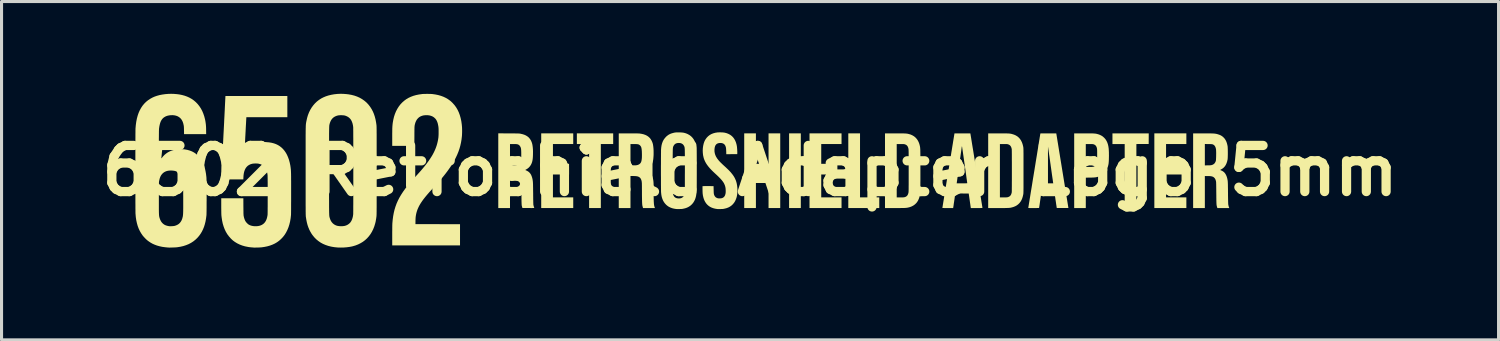
<source format=kicad_pcb>
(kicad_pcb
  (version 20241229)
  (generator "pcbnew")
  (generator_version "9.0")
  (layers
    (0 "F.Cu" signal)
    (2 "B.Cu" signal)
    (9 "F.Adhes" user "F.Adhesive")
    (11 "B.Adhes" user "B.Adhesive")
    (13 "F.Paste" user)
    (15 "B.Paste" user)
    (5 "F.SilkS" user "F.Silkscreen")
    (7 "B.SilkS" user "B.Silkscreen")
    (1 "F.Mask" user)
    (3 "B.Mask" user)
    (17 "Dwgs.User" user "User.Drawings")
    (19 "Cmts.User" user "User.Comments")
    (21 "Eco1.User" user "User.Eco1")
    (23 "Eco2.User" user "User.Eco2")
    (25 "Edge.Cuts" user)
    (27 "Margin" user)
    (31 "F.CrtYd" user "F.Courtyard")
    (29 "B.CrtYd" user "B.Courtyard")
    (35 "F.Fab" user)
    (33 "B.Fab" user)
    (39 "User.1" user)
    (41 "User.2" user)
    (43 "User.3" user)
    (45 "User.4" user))
  (footprint "6502 Retroshield Adapter Logo 5mm"
    (layer "F.Cu")
    (at 21.336 2.5)
    (property "Reference" "6502 Retroshield Adapter Logo 5mm" (at 0 0 0) (layer "F.SilkS") (effects (font (size 1.5 1.5) (thickness 0.3))))
    (attr board_only exclude_from_pos_files exclude_from_bom)
    (fp_poly (pts (xy 1.65 0) (xy 1.65 1.214) (xy 1.46 1.214) (xy 1.269 1.214) (xy 1.269 0) (xy 1.269 -1.214) (xy 1.46 -1.214) (xy 1.65 -1.214)) (stroke (width 0) (type solid)) (fill yes) (layer "F.SilkS"))
    (fp_poly (pts (xy 3.575 -0.173) (xy 3.575 0.867) (xy 3.888 0.867) (xy 4.201 0.867) (xy 4.201 1.041) (xy 4.201 1.214) (xy 3.697 1.214) (xy 3.194 1.214) (xy 3.194 0) (xy 3.194 -1.214) (xy 3.384 -1.214) (xy 3.575 -1.214)) (stroke (width 0) (type solid)) (fill yes) (layer "F.SilkS"))
    (fp_poly (pts (xy -4.45 -1.041) (xy -4.45 -0.867) (xy -4.651 -0.867) (xy -4.852 -0.867) (xy -4.852 0.173) (xy -4.852 1.214) (xy -5.043 1.214) (xy -5.233 1.214) (xy -5.233 0.173) (xy -5.233 -0.867) (xy -5.432 -0.867) (xy -5.631 -0.867) (xy -5.631 -1.041) (xy -5.631 -1.214) (xy -5.041 -1.214) (xy -4.45 -1.214)) (stroke (width 0) (type solid)) (fill yes) (layer "F.SilkS"))
    (fp_poly (pts (xy 12.961 -1.042) (xy 12.96 -0.869) (xy 12.76 -0.868) (xy 12.56 -0.867) (xy 12.56 0.173) (xy 12.56 1.214) (xy 12.37 1.214) (xy 12.18 1.214) (xy 12.18 0.173) (xy 12.18 -0.867) (xy 11.981 -0.867) (xy 11.782 -0.867) (xy 11.782 -1.041) (xy 11.782 -1.214) (xy 12.372 -1.214) (xy 12.962 -1.214)) (stroke (width 0) (type solid)) (fill yes) (layer "F.SilkS"))
    (fp_poly (pts (xy -5.749 -1.041) (xy -5.749 -0.867) (xy -6.079 -0.867) (xy -6.409 -0.867) (xy -6.409 -0.546) (xy -6.409 -0.224) (xy -6.147 -0.224) (xy -5.885 -0.224) (xy -5.885 -0.051) (xy -5.885 0.123) (xy -6.147 0.123) (xy -6.409 0.123) (xy -6.409 0.495) (xy -6.409 0.867) (xy -6.079 0.867) (xy -5.749 0.867) (xy -5.749 1.041) (xy -5.749 1.214) (xy -6.27 1.214) (xy -6.79 1.214) (xy -6.79 0) (xy -6.79 -1.214) (xy -6.27 -1.214) (xy -5.749 -1.214)) (stroke (width 0) (type solid)) (fill yes) (layer "F.SilkS"))
    (fp_poly (pts (xy 0.19 -0.719) (xy 0.19 -0.224) (xy 0.396 -0.224) (xy 0.601 -0.224) (xy 0.601 -0.719) (xy 0.601 -1.214) (xy 0.791 -1.214) (xy 0.981 -1.214) (xy 0.981 0) (xy 0.981 1.214) (xy 0.791 1.214) (xy 0.601 1.214) (xy 0.601 0.668) (xy 0.601 0.123) (xy 0.396 0.123) (xy 0.19 0.123) (xy 0.19 0.668) (xy 0.19 1.214) (xy 0 1.214) (xy -0.19 1.214) (xy -0.19 0) (xy -0.19 -1.214) (xy 0 -1.214) (xy 0.19 -1.214)) (stroke (width 0) (type solid)) (fill yes) (layer "F.SilkS"))
    (fp_poly (pts (xy 2.974 -1.041) (xy 2.974 -0.867) (xy 2.644 -0.867) (xy 2.314 -0.867) (xy 2.314 -0.546) (xy 2.314 -0.224) (xy 2.576 -0.224) (xy 2.839 -0.224) (xy 2.839 -0.051) (xy 2.839 0.123) (xy 2.576 0.123) (xy 2.314 0.123) (xy 2.314 0.495) (xy 2.314 0.867) (xy 2.644 0.867) (xy 2.974 0.867) (xy 2.974 1.041) (xy 2.974 1.214) (xy 2.454 1.214) (xy 1.933 1.214) (xy 1.933 0) (xy 1.933 -1.214) (xy 2.454 -1.214) (xy 2.974 -1.214)) (stroke (width 0) (type solid)) (fill yes) (layer "F.SilkS"))
    (fp_poly (pts (xy 14.185 -1.041) (xy 14.185 -0.867) (xy 13.855 -0.867) (xy 13.525 -0.867) (xy 13.525 -0.546) (xy 13.525 -0.224) (xy 13.787 -0.224) (xy 14.05 -0.224) (xy 14.05 -0.051) (xy 14.05 0.123) (xy 13.787 0.123) (xy 13.525 0.123) (xy 13.525 0.495) (xy 13.525 0.867) (xy 13.855 0.867) (xy 14.185 0.867) (xy 14.185 1.041) (xy 14.185 1.214) (xy 13.665 1.214) (xy 13.144 1.214) (xy 13.144 0) (xy 13.144 -1.214) (xy 13.665 -1.214) (xy 14.185 -1.214)) (stroke (width 0) (type solid)) (fill yes) (layer "F.SilkS"))
    (fp_poly (pts (xy 10.912 -1.214) (xy 10.97 -1.214) (xy 11.02 -1.214) (xy 11.065 -1.213) (xy 11.103 -1.213) (xy 11.137 -1.212) (xy 11.166 -1.211) (xy 11.191 -1.209) (xy 11.213 -1.207) (xy 11.233 -1.205) (xy 11.252 -1.202) (xy 11.269 -1.198) (xy 11.286 -1.194) (xy 11.303 -1.189) (xy 11.321 -1.184) (xy 11.328 -1.182) (xy 11.358 -1.171) (xy 11.39 -1.157) (xy 11.422 -1.141) (xy 11.451 -1.123) (xy 11.468 -1.111) (xy 11.512 -1.072) (xy 11.551 -1.029) (xy 11.583 -0.98) (xy 11.61 -0.926) (xy 11.632 -0.866) (xy 11.648 -0.8) (xy 11.659 -0.728) (xy 11.663 -0.675) (xy 11.665 -0.634) (xy 11.667 -0.589) (xy 11.667 -0.541) (xy 11.668 -0.492) (xy 11.667 -0.443) (xy 11.666 -0.395) (xy 11.665 -0.349) (xy 11.663 -0.307) (xy 11.66 -0.27) (xy 11.657 -0.239) (xy 11.655 -0.22) (xy 11.639 -0.149) (xy 11.618 -0.084) (xy 11.592 -0.025) (xy 11.559 0.027) (xy 11.521 0.074) (xy 11.477 0.114) (xy 11.428 0.148) (xy 11.373 0.176) (xy 11.314 0.196) (xy 11.291 0.203) (xy 11.27 0.208) (xy 11.249 0.212) (xy 11.228 0.216) (xy 11.206 0.218) (xy 11.18 0.22) (xy 11.15 0.222) (xy 11.114 0.223) (xy 11.072 0.224) (xy 11.059 0.224) (xy 10.917 0.226) (xy 10.916 0.72) (xy 10.915 1.214) (xy 10.726 1.214) (xy 10.538 1.214) (xy 10.538 0) (xy 10.538 -0.495) (xy 10.915 -0.495) (xy 10.915 -0.123) (xy 11.026 -0.123) (xy 11.066 -0.123) (xy 11.098 -0.123) (xy 11.123 -0.124) (xy 11.141 -0.126) (xy 11.154 -0.128) (xy 11.158 -0.128) (xy 11.192 -0.141) (xy 11.22 -0.158) (xy 11.243 -0.18) (xy 11.26 -0.209) (xy 11.273 -0.244) (xy 11.277 -0.261) (xy 11.279 -0.269) (xy 11.281 -0.279) (xy 11.282 -0.29) (xy 11.283 -0.304) (xy 11.284 -0.321) (xy 11.284 -0.342) (xy 11.284 -0.368) (xy 11.285 -0.4) (xy 11.285 -0.439) (xy 11.285 -0.485) (xy 11.285 -0.495) (xy 11.285 -0.543) (xy 11.285 -0.583) (xy 11.285 -0.616) (xy 11.284 -0.644) (xy 11.284 -0.666) (xy 11.283 -0.683) (xy 11.282 -0.698) (xy 11.281 -0.709) (xy 11.279 -0.719) (xy 11.278 -0.728) (xy 11.278 -0.728) (xy 11.267 -0.766) (xy 11.252 -0.796) (xy 11.234 -0.82) (xy 11.211 -0.839) (xy 11.202 -0.844) (xy 11.189 -0.85) (xy 11.177 -0.856) (xy 11.164 -0.86) (xy 11.15 -0.863) (xy 11.132 -0.865) (xy 11.11 -0.866) (xy 11.083 -0.867) (xy 11.049 -0.867) (xy 11.026 -0.867) (xy 10.915 -0.867) (xy 10.915 -0.495) (xy 10.538 -0.495) (xy 10.538 -1.214) (xy 10.846 -1.214)) (stroke (width 0) (type solid)) (fill yes) (layer "F.SilkS"))
    (fp_poly (pts (xy 8.128 -1.214) (xy 8.185 -1.214) (xy 8.235 -1.214) (xy 8.279 -1.214) (xy 8.316 -1.213) (xy 8.349 -1.212) (xy 8.377 -1.211) (xy 8.401 -1.21) (xy 8.422 -1.209) (xy 8.441 -1.207) (xy 8.458 -1.205) (xy 8.474 -1.202) (xy 8.489 -1.199) (xy 8.504 -1.196) (xy 8.52 -1.192) (xy 8.521 -1.191) (xy 8.583 -1.172) (xy 8.639 -1.147) (xy 8.69 -1.116) (xy 8.735 -1.078) (xy 8.774 -1.035) (xy 8.808 -0.985) (xy 8.836 -0.929) (xy 8.859 -0.867) (xy 8.877 -0.797) (xy 8.883 -0.766) (xy 8.884 -0.76) (xy 8.885 -0.753) (xy 8.885 -0.746) (xy 8.886 -0.737) (xy 8.887 -0.727) (xy 8.887 -0.715) (xy 8.888 -0.7) (xy 8.888 -0.682) (xy 8.889 -0.661) (xy 8.889 -0.637) (xy 8.889 -0.608) (xy 8.89 -0.575) (xy 8.89 -0.538) (xy 8.89 -0.495) (xy 8.89 -0.446) (xy 8.89 -0.391) (xy 8.89 -0.33) (xy 8.89 -0.262) (xy 8.89 -0.187) (xy 8.89 -0.104) (xy 8.89 -0.014) (xy 8.89 0) (xy 8.89 0.092) (xy 8.89 0.176) (xy 8.89 0.252) (xy 8.89 0.321) (xy 8.89 0.383) (xy 8.89 0.439) (xy 8.89 0.488) (xy 8.89 0.532) (xy 8.89 0.57) (xy 8.889 0.604) (xy 8.889 0.633) (xy 8.889 0.658) (xy 8.888 0.68) (xy 8.888 0.698) (xy 8.887 0.713) (xy 8.887 0.725) (xy 8.886 0.736) (xy 8.886 0.745) (xy 8.885 0.752) (xy 8.884 0.759) (xy 8.883 0.765) (xy 8.883 0.766) (xy 8.868 0.833) (xy 8.85 0.894) (xy 8.827 0.949) (xy 8.8 0.998) (xy 8.767 1.042) (xy 8.756 1.055) (xy 8.715 1.095) (xy 8.671 1.128) (xy 8.622 1.155) (xy 8.568 1.177) (xy 8.521 1.191) (xy 8.505 1.195) (xy 8.489 1.199) (xy 8.474 1.202) (xy 8.459 1.205) (xy 8.442 1.207) (xy 8.423 1.209) (xy 8.402 1.21) (xy 8.378 1.211) (xy 8.35 1.212) (xy 8.318 1.213) (xy 8.28 1.214) (xy 8.237 1.214) (xy 8.187 1.214) (xy 8.131 1.214) (xy 8.066 1.214) (xy 8.063 1.214) (xy 7.742 1.214) (xy 7.742 0) (xy 8.123 0) (xy 8.123 0.867) (xy 8.241 0.867) (xy 8.276 0.867) (xy 8.304 0.867) (xy 8.326 0.867) (xy 8.343 0.866) (xy 8.357 0.865) (xy 8.367 0.863) (xy 8.377 0.861) (xy 8.386 0.859) (xy 8.386 0.859) (xy 8.419 0.845) (xy 8.447 0.827) (xy 8.469 0.803) (xy 8.487 0.773) (xy 8.5 0.736) (xy 8.507 0.707) (xy 8.508 0.7) (xy 8.509 0.686) (xy 8.509 0.665) (xy 8.51 0.636) (xy 8.51 0.6) (xy 8.51 0.556) (xy 8.511 0.505) (xy 8.511 0.445) (xy 8.511 0.378) (xy 8.512 0.303) (xy 8.512 0.22) (xy 8.512 0.128) (xy 8.512 0.028) (xy 8.512 0) (xy 8.512 -0.102) (xy 8.512 -0.196) (xy 8.512 -0.281) (xy 8.511 -0.359) (xy 8.511 -0.428) (xy 8.511 -0.489) (xy 8.511 -0.543) (xy 8.51 -0.589) (xy 8.51 -0.627) (xy 8.509 -0.658) (xy 8.509 -0.681) (xy 8.508 -0.697) (xy 8.507 -0.706) (xy 8.507 -0.707) (xy 8.496 -0.749) (xy 8.481 -0.784) (xy 8.462 -0.812) (xy 8.438 -0.834) (xy 8.409 -0.85) (xy 8.386 -0.859) (xy 8.377 -0.861) (xy 8.368 -0.863) (xy 8.357 -0.865) (xy 8.344 -0.866) (xy 8.328 -0.867) (xy 8.306 -0.867) (xy 8.278 -0.867) (xy 8.243 -0.867) (xy 8.241 -0.867) (xy 8.123 -0.867) (xy 8.123 0) (xy 7.742 0) (xy 7.742 -1.214) (xy 8.063 -1.214)) (stroke (width 0) (type solid)) (fill yes) (layer "F.SilkS"))
    (fp_poly (pts (xy 4.71 -1.214) (xy 4.774 -1.214) (xy 4.831 -1.214) (xy 4.88 -1.214) (xy 4.923 -1.213) (xy 4.96 -1.213) (xy 4.992 -1.212) (xy 5.02 -1.211) (xy 5.043 -1.21) (xy 5.064 -1.209) (xy 5.082 -1.207) (xy 5.099 -1.205) (xy 5.114 -1.203) (xy 5.129 -1.2) (xy 5.144 -1.197) (xy 5.159 -1.193) (xy 5.222 -1.175) (xy 5.279 -1.149) (xy 5.331 -1.118) (xy 5.377 -1.08) (xy 5.417 -1.036) (xy 5.452 -0.986) (xy 5.481 -0.93) (xy 5.504 -0.868) (xy 5.515 -0.827) (xy 5.518 -0.815) (xy 5.52 -0.804) (xy 5.523 -0.792) (xy 5.525 -0.781) (xy 5.527 -0.769) (xy 5.529 -0.756) (xy 5.53 -0.742) (xy 5.531 -0.726) (xy 5.533 -0.707) (xy 5.534 -0.686) (xy 5.535 -0.662) (xy 5.535 -0.634) (xy 5.536 -0.603) (xy 5.536 -0.566) (xy 5.537 -0.526) (xy 5.537 -0.48) (xy 5.537 -0.428) (xy 5.538 -0.37) (xy 5.538 -0.306) (xy 5.538 -0.235) (xy 5.538 -0.157) (xy 5.538 -0.071) (xy 5.538 0) (xy 5.538 0.092) (xy 5.538 0.176) (xy 5.538 0.253) (xy 5.538 0.322) (xy 5.537 0.385) (xy 5.537 0.441) (xy 5.537 0.491) (xy 5.537 0.536) (xy 5.536 0.576) (xy 5.536 0.611) (xy 5.535 0.641) (xy 5.534 0.668) (xy 5.533 0.692) (xy 5.532 0.712) (xy 5.531 0.73) (xy 5.53 0.746) (xy 5.528 0.759) (xy 5.526 0.772) (xy 5.524 0.784) (xy 5.522 0.795) (xy 5.52 0.806) (xy 5.517 0.818) (xy 5.515 0.827) (xy 5.495 0.893) (xy 5.47 0.953) (xy 5.439 1.007) (xy 5.402 1.055) (xy 5.359 1.096) (xy 5.311 1.131) (xy 5.257 1.16) (xy 5.197 1.183) (xy 5.159 1.193) (xy 5.143 1.197) (xy 5.128 1.2) (xy 5.113 1.203) (xy 5.098 1.205) (xy 5.081 1.207) (xy 5.063 1.209) (xy 5.042 1.21) (xy 5.018 1.212) (xy 4.991 1.212) (xy 4.958 1.213) (xy 4.921 1.213) (xy 4.877 1.214) (xy 4.828 1.214) (xy 4.771 1.214) (xy 4.71 1.214) (xy 4.387 1.214) (xy 4.387 0) (xy 4.768 0) (xy 4.768 0.867) (xy 4.885 0.867) (xy 4.92 0.867) (xy 4.948 0.867) (xy 4.97 0.867) (xy 4.988 0.866) (xy 5.001 0.865) (xy 5.012 0.863) (xy 5.021 0.861) (xy 5.03 0.859) (xy 5.064 0.846) (xy 5.092 0.827) (xy 5.114 0.804) (xy 5.131 0.774) (xy 5.144 0.737) (xy 5.149 0.717) (xy 5.15 0.712) (xy 5.151 0.706) (xy 5.152 0.7) (xy 5.153 0.692) (xy 5.153 0.683) (xy 5.154 0.672) (xy 5.154 0.658) (xy 5.155 0.641) (xy 5.155 0.622) (xy 5.156 0.598) (xy 5.156 0.571) (xy 5.156 0.539) (xy 5.156 0.502) (xy 5.157 0.46) (xy 5.157 0.413) (xy 5.157 0.359) (xy 5.157 0.298) (xy 5.157 0.231) (xy 5.157 0.157) (xy 5.157 0.075) (xy 5.157 0) (xy 5.157 -0.089) (xy 5.157 -0.17) (xy 5.157 -0.243) (xy 5.157 -0.309) (xy 5.157 -0.368) (xy 5.157 -0.421) (xy 5.156 -0.468) (xy 5.156 -0.509) (xy 5.156 -0.545) (xy 5.156 -0.576) (xy 5.156 -0.602) (xy 5.155 -0.625) (xy 5.155 -0.644) (xy 5.154 -0.66) (xy 5.154 -0.674) (xy 5.153 -0.685) (xy 5.152 -0.694) (xy 5.152 -0.701) (xy 5.151 -0.707) (xy 5.15 -0.713) (xy 5.149 -0.717) (xy 5.138 -0.757) (xy 5.123 -0.79) (xy 5.103 -0.817) (xy 5.078 -0.838) (xy 5.047 -0.853) (xy 5.03 -0.859) (xy 5.021 -0.861) (xy 5.011 -0.863) (xy 5 -0.865) (xy 4.986 -0.866) (xy 4.969 -0.867) (xy 4.947 -0.867) (xy 4.918 -0.867) (xy 4.885 -0.867) (xy 4.768 -0.867) (xy 4.768 0) (xy 4.387 0) (xy 4.387 -1.214)) (stroke (width 0) (type solid)) (fill yes) (layer "F.SilkS"))
    (fp_poly (pts (xy -3.896 -1.214) (xy -3.84 -1.214) (xy -3.788 -1.214) (xy -3.741 -1.213) (xy -3.699 -1.213) (xy -3.664 -1.212) (xy -3.635 -1.211) (xy -3.614 -1.211) (xy -3.6 -1.21) (xy -3.6 -1.21) (xy -3.528 -1.199) (xy -3.462 -1.184) (xy -3.403 -1.163) (xy -3.35 -1.137) (xy -3.304 -1.105) (xy -3.263 -1.067) (xy -3.229 -1.024) (xy -3.2 -0.975) (xy -3.176 -0.92) (xy -3.166 -0.886) (xy -3.155 -0.842) (xy -3.147 -0.79) (xy -3.141 -0.732) (xy -3.137 -0.669) (xy -3.136 -0.602) (xy -3.136 -0.531) (xy -3.138 -0.482) (xy -3.142 -0.429) (xy -3.146 -0.384) (xy -3.151 -0.345) (xy -3.158 -0.309) (xy -3.167 -0.277) (xy -3.178 -0.246) (xy -3.192 -0.215) (xy -3.192 -0.213) (xy -3.22 -0.164) (xy -3.253 -0.121) (xy -3.292 -0.084) (xy -3.338 -0.053) (xy -3.355 -0.043) (xy -3.369 -0.035) (xy -3.38 -0.029) (xy -3.385 -0.024) (xy -3.386 -0.024) (xy -3.382 -0.021) (xy -3.373 -0.016) (xy -3.361 -0.011) (xy -3.317 0.009) (xy -3.278 0.036) (xy -3.243 0.07) (xy -3.214 0.108) (xy -3.202 0.129) (xy -3.186 0.164) (xy -3.172 0.198) (xy -3.162 0.235) (xy -3.153 0.276) (xy -3.145 0.322) (xy -3.143 0.341) (xy -3.141 0.355) (xy -3.14 0.369) (xy -3.139 0.384) (xy -3.138 0.4) (xy -3.137 0.419) (xy -3.136 0.441) (xy -3.136 0.467) (xy -3.135 0.497) (xy -3.135 0.533) (xy -3.135 0.576) (xy -3.135 0.625) (xy -3.135 0.662) (xy -3.135 0.735) (xy -3.134 0.8) (xy -3.134 0.858) (xy -3.133 0.909) (xy -3.132 0.953) (xy -3.131 0.993) (xy -3.129 1.027) (xy -3.127 1.057) (xy -3.125 1.083) (xy -3.122 1.106) (xy -3.119 1.127) (xy -3.115 1.145) (xy -3.111 1.162) (xy -3.106 1.179) (xy -3.103 1.185) (xy -3.093 1.214) (xy -3.287 1.214) (xy -3.48 1.214) (xy -3.489 1.181) (xy -3.494 1.162) (xy -3.499 1.142) (xy -3.503 1.126) (xy -3.503 1.125) (xy -3.505 1.109) (xy -3.507 1.085) (xy -3.509 1.053) (xy -3.511 1.014) (xy -3.512 0.967) (xy -3.513 0.912) (xy -3.514 0.852) (xy -3.515 0.784) (xy -3.515 0.711) (xy -3.515 0.649) (xy -3.516 0.592) (xy -3.516 0.541) (xy -3.516 0.498) (xy -3.517 0.462) (xy -3.517 0.43) (xy -3.518 0.404) (xy -3.52 0.382) (xy -3.522 0.363) (xy -3.524 0.347) (xy -3.527 0.333) (xy -3.53 0.32) (xy -3.534 0.308) (xy -3.538 0.295) (xy -3.539 0.294) (xy -3.553 0.262) (xy -3.571 0.236) (xy -3.593 0.216) (xy -3.621 0.199) (xy -3.627 0.196) (xy -3.646 0.189) (xy -3.667 0.183) (xy -3.69 0.179) (xy -3.718 0.176) (xy -3.751 0.174) (xy -3.792 0.173) (xy -3.801 0.173) (xy -3.888 0.173) (xy -3.888 0.694) (xy -3.888 1.214) (xy -4.078 1.214) (xy -4.269 1.214) (xy -4.269 0) (xy -4.269 -0.52) (xy -3.888 -0.52) (xy -3.888 -0.173) (xy -3.804 -0.174) (xy -3.776 -0.174) (xy -3.749 -0.174) (xy -3.725 -0.175) (xy -3.705 -0.176) (xy -3.693 -0.178) (xy -3.651 -0.187) (xy -3.615 -0.203) (xy -3.595 -0.216) (xy -3.578 -0.231) (xy -3.562 -0.248) (xy -3.55 -0.268) (xy -3.539 -0.292) (xy -3.531 -0.32) (xy -3.525 -0.352) (xy -3.52 -0.39) (xy -3.517 -0.434) (xy -3.516 -0.484) (xy -3.516 -0.542) (xy -3.517 -0.569) (xy -3.518 -0.619) (xy -3.521 -0.662) (xy -3.525 -0.699) (xy -3.53 -0.729) (xy -3.536 -0.755) (xy -3.544 -0.777) (xy -3.555 -0.795) (xy -3.567 -0.812) (xy -3.576 -0.821) (xy -3.589 -0.833) (xy -3.603 -0.843) (xy -3.617 -0.851) (xy -3.634 -0.857) (xy -3.654 -0.861) (xy -3.679 -0.864) (xy -3.709 -0.866) (xy -3.746 -0.867) (xy -3.781 -0.867) (xy -3.888 -0.867) (xy -3.888 -0.52) (xy -4.269 -0.52) (xy -4.269 -1.214) (xy -3.956 -1.214)) (stroke (width 0) (type solid)) (fill yes) (layer "F.SilkS"))
    (fp_poly (pts (xy 14.786 -1.214) (xy 14.847 -1.214) (xy 14.9 -1.214) (xy 14.947 -1.213) (xy 14.988 -1.212) (xy 15.024 -1.211) (xy 15.056 -1.21) (xy 15.083 -1.208) (xy 15.107 -1.206) (xy 15.129 -1.203) (xy 15.149 -1.199) (xy 15.168 -1.196) (xy 15.186 -1.191) (xy 15.204 -1.186) (xy 15.223 -1.18) (xy 15.228 -1.178) (xy 15.271 -1.163) (xy 15.308 -1.146) (xy 15.34 -1.126) (xy 15.371 -1.103) (xy 15.392 -1.083) (xy 15.426 -1.047) (xy 15.454 -1.006) (xy 15.479 -0.959) (xy 15.499 -0.907) (xy 15.515 -0.848) (xy 15.525 -0.802) (xy 15.527 -0.784) (xy 15.529 -0.759) (xy 15.53 -0.729) (xy 15.532 -0.693) (xy 15.532 -0.654) (xy 15.533 -0.613) (xy 15.533 -0.571) (xy 15.533 -0.53) (xy 15.532 -0.49) (xy 15.531 -0.453) (xy 15.53 -0.42) (xy 15.528 -0.392) (xy 15.526 -0.371) (xy 15.525 -0.364) (xy 15.51 -0.298) (xy 15.49 -0.239) (xy 15.465 -0.186) (xy 15.435 -0.141) (xy 15.399 -0.101) (xy 15.358 -0.068) (xy 15.32 -0.046) (xy 15.305 -0.037) (xy 15.293 -0.03) (xy 15.287 -0.025) (xy 15.286 -0.024) (xy 15.291 -0.02) (xy 15.3 -0.015) (xy 15.302 -0.015) (xy 15.346 0.004) (xy 15.385 0.028) (xy 15.42 0.058) (xy 15.449 0.094) (xy 15.474 0.137) (xy 15.495 0.186) (xy 15.512 0.242) (xy 15.525 0.305) (xy 15.529 0.331) (xy 15.53 0.342) (xy 15.531 0.355) (xy 15.532 0.371) (xy 15.533 0.391) (xy 15.534 0.415) (xy 15.535 0.444) (xy 15.536 0.478) (xy 15.536 0.518) (xy 15.537 0.564) (xy 15.538 0.617) (xy 15.538 0.678) (xy 15.539 0.723) (xy 15.539 0.795) (xy 15.54 0.86) (xy 15.541 0.917) (xy 15.542 0.967) (xy 15.543 1.009) (xy 15.544 1.044) (xy 15.545 1.07) (xy 15.546 1.088) (xy 15.547 1.098) (xy 15.555 1.137) (xy 15.564 1.172) (xy 15.572 1.195) (xy 15.581 1.214) (xy 15.387 1.214) (xy 15.193 1.214) (xy 15.184 1.186) (xy 15.18 1.173) (xy 15.177 1.16) (xy 15.174 1.149) (xy 15.171 1.137) (xy 15.169 1.124) (xy 15.167 1.109) (xy 15.165 1.093) (xy 15.164 1.074) (xy 15.163 1.051) (xy 15.162 1.024) (xy 15.161 0.993) (xy 15.16 0.957) (xy 15.16 0.914) (xy 15.159 0.866) (xy 15.159 0.81) (xy 15.158 0.747) (xy 15.158 0.728) (xy 15.157 0.664) (xy 15.157 0.607) (xy 15.156 0.559) (xy 15.156 0.516) (xy 15.155 0.481) (xy 15.155 0.45) (xy 15.154 0.425) (xy 15.153 0.404) (xy 15.153 0.387) (xy 15.152 0.374) (xy 15.151 0.363) (xy 15.15 0.354) (xy 15.149 0.347) (xy 15.148 0.344) (xy 15.139 0.309) (xy 15.129 0.282) (xy 15.117 0.259) (xy 15.103 0.24) (xy 15.088 0.225) (xy 15.071 0.21) (xy 15.052 0.199) (xy 15.03 0.19) (xy 15.005 0.183) (xy 14.975 0.178) (xy 14.94 0.175) (xy 14.898 0.174) (xy 14.871 0.174) (xy 14.786 0.173) (xy 14.786 0.694) (xy 14.786 1.214) (xy 14.595 1.214) (xy 14.405 1.214) (xy 14.405 0) (xy 14.405 -0.521) (xy 14.786 -0.521) (xy 14.786 -0.173) (xy 14.871 -0.174) (xy 14.907 -0.174) (xy 14.939 -0.175) (xy 14.965 -0.177) (xy 14.985 -0.179) (xy 14.989 -0.179) (xy 15.029 -0.19) (xy 15.063 -0.207) (xy 15.092 -0.229) (xy 15.115 -0.258) (xy 15.134 -0.294) (xy 15.144 -0.324) (xy 15.146 -0.335) (xy 15.148 -0.354) (xy 15.149 -0.379) (xy 15.151 -0.409) (xy 15.152 -0.442) (xy 15.153 -0.478) (xy 15.153 -0.515) (xy 15.154 -0.552) (xy 15.154 -0.587) (xy 15.153 -0.62) (xy 15.152 -0.649) (xy 15.151 -0.673) (xy 15.15 -0.691) (xy 15.149 -0.694) (xy 15.14 -0.738) (xy 15.126 -0.776) (xy 15.108 -0.807) (xy 15.085 -0.832) (xy 15.057 -0.85) (xy 15.044 -0.855) (xy 15.037 -0.858) (xy 15.029 -0.86) (xy 15.021 -0.862) (xy 15.01 -0.863) (xy 14.995 -0.864) (xy 14.976 -0.865) (xy 14.952 -0.866) (xy 14.921 -0.866) (xy 14.903 -0.866) (xy 14.786 -0.868) (xy 14.786 -0.521) (xy 14.405 -0.521) (xy 14.405 -1.214) (xy 14.718 -1.214)) (stroke (width 0) (type solid)) (fill yes) (layer "F.SilkS"))
    (fp_poly (pts (xy 9.654 -1.213) (xy 9.697 -1.213) (xy 9.956 -1.212) (xy 10.153 0) (xy 10.35 1.212) (xy 10.162 1.213) (xy 10.123 1.213) (xy 10.087 1.213) (xy 10.054 1.213) (xy 10.025 1.213) (xy 10.002 1.213) (xy 9.985 1.213) (xy 9.975 1.212) (xy 9.972 1.212) (xy 9.971 1.208) (xy 9.969 1.196) (xy 9.966 1.178) (xy 9.963 1.154) (xy 9.958 1.125) (xy 9.953 1.093) (xy 9.948 1.057) (xy 9.943 1.02) (xy 9.937 0.982) (xy 9.931 0.944) (xy 9.926 0.907) (xy 9.921 0.871) (xy 9.916 0.838) (xy 9.912 0.809) (xy 9.908 0.785) (xy 9.906 0.766) (xy 9.904 0.753) (xy 9.904 0.748) (xy 9.903 0.746) (xy 9.902 0.745) (xy 9.898 0.744) (xy 9.892 0.743) (xy 9.882 0.742) (xy 9.869 0.741) (xy 9.851 0.741) (xy 9.827 0.741) (xy 9.798 0.74) (xy 9.762 0.74) (xy 9.719 0.74) (xy 9.685 0.74) (xy 9.466 0.74) (xy 9.432 0.972) (xy 9.426 1.015) (xy 9.42 1.056) (xy 9.415 1.094) (xy 9.41 1.128) (xy 9.405 1.156) (xy 9.402 1.18) (xy 9.399 1.197) (xy 9.397 1.207) (xy 9.397 1.209) (xy 9.395 1.21) (xy 9.388 1.211) (xy 9.378 1.212) (xy 9.362 1.213) (xy 9.34 1.213) (xy 9.312 1.214) (xy 9.277 1.214) (xy 9.234 1.214) (xy 9.22 1.214) (xy 9.182 1.214) (xy 9.148 1.214) (xy 9.116 1.214) (xy 9.09 1.214) (xy 9.069 1.213) (xy 9.054 1.213) (xy 9.046 1.213) (xy 9.045 1.213) (xy 9.046 1.208) (xy 9.047 1.196) (xy 9.051 1.176) (xy 9.055 1.149) (xy 9.061 1.114) (xy 9.067 1.073) (xy 9.075 1.026) (xy 9.084 0.972) (xy 9.093 0.913) (xy 9.104 0.849) (xy 9.115 0.779) (xy 9.127 0.704) (xy 9.14 0.626) (xy 9.154 0.543) (xy 9.168 0.456) (xy 9.176 0.405) (xy 9.512 0.405) (xy 9.513 0.406) (xy 9.516 0.407) (xy 9.523 0.408) (xy 9.533 0.409) (xy 9.547 0.41) (xy 9.567 0.41) (xy 9.592 0.41) (xy 9.625 0.41) (xy 9.664 0.41) (xy 9.683 0.41) (xy 9.857 0.41) (xy 9.855 0.401) (xy 9.854 0.396) (xy 9.852 0.382) (xy 9.849 0.362) (xy 9.845 0.334) (xy 9.841 0.3) (xy 9.835 0.261) (xy 9.828 0.215) (xy 9.821 0.165) (xy 9.813 0.11) (xy 9.805 0.051) (xy 9.796 -0.012) (xy 9.787 -0.077) (xy 9.777 -0.145) (xy 9.77 -0.199) (xy 9.76 -0.268) (xy 9.751 -0.336) (xy 9.741 -0.4) (xy 9.733 -0.462) (xy 9.724 -0.519) (xy 9.717 -0.573) (xy 9.71 -0.621) (xy 9.704 -0.665) (xy 9.698 -0.702) (xy 9.694 -0.734) (xy 9.69 -0.759) (xy 9.687 -0.778) (xy 9.686 -0.788) (xy 9.685 -0.791) (xy 9.681 -0.79) (xy 9.68 -0.789) (xy 9.679 -0.784) (xy 9.677 -0.772) (xy 9.674 -0.752) (xy 9.67 -0.725) (xy 9.665 -0.691) (xy 9.659 -0.652) (xy 9.653 -0.607) (xy 9.646 -0.557) (xy 9.638 -0.503) (xy 9.63 -0.444) (xy 9.621 -0.382) (xy 9.612 -0.317) (xy 9.603 -0.249) (xy 9.595 -0.195) (xy 9.585 -0.125) (xy 9.576 -0.057) (xy 9.567 0.007) (xy 9.559 0.069) (xy 9.551 0.127) (xy 9.543 0.181) (xy 9.536 0.23) (xy 9.53 0.274) (xy 9.525 0.312) (xy 9.52 0.344) (xy 9.517 0.37) (xy 9.514 0.389) (xy 9.512 0.4) (xy 9.512 0.403) (xy 9.512 0.405) (xy 9.176 0.405) (xy 9.182 0.366) (xy 9.197 0.273) (xy 9.213 0.177) (xy 9.229 0.079) (xy 9.242 0.002) (xy 9.258 -0.098) (xy 9.274 -0.196) (xy 9.289 -0.291) (xy 9.304 -0.383) (xy 9.319 -0.473) (xy 9.333 -0.559) (xy 9.346 -0.641) (xy 9.359 -0.719) (xy 9.371 -0.792) (xy 9.382 -0.861) (xy 9.392 -0.924) (xy 9.401 -0.982) (xy 9.41 -1.034) (xy 9.417 -1.081) (xy 9.424 -1.12) (xy 9.429 -1.153) (xy 9.433 -1.179) (xy 9.436 -1.197) (xy 9.438 -1.208) (xy 9.438 -1.21) (xy 9.442 -1.211) (xy 9.454 -1.212) (xy 9.473 -1.212) (xy 9.499 -1.213) (xy 9.531 -1.213) (xy 9.568 -1.213) (xy 9.609 -1.213)) (stroke (width 0) (type solid)) (fill yes) (layer "F.SilkS"))
    (fp_poly (pts (xy -7.849 -1.213) (xy -7.786 -1.213) (xy -7.731 -1.212) (xy -7.684 -1.212) (xy -7.643 -1.212) (xy -7.608 -1.211) (xy -7.579 -1.211) (xy -7.554 -1.21) (xy -7.534 -1.21) (xy -7.517 -1.209) (xy -7.503 -1.208) (xy -7.492 -1.207) (xy -7.482 -1.206) (xy -7.474 -1.205) (xy -7.471 -1.204) (xy -7.403 -1.189) (xy -7.342 -1.17) (xy -7.288 -1.146) (xy -7.241 -1.117) (xy -7.201 -1.085) (xy -7.177 -1.059) (xy -7.151 -1.025) (xy -7.128 -0.989) (xy -7.109 -0.949) (xy -7.093 -0.907) (xy -7.08 -0.86) (xy -7.071 -0.809) (xy -7.064 -0.752) (xy -7.059 -0.689) (xy -7.057 -0.62) (xy -7.058 -0.543) (xy -7.058 -0.527) (xy -7.06 -0.471) (xy -7.063 -0.423) (xy -7.067 -0.38) (xy -7.073 -0.343) (xy -7.08 -0.308) (xy -7.089 -0.276) (xy -7.1 -0.245) (xy -7.103 -0.236) (xy -7.128 -0.186) (xy -7.159 -0.141) (xy -7.195 -0.101) (xy -7.237 -0.067) (xy -7.283 -0.039) (xy -7.29 -0.036) (xy -7.302 -0.029) (xy -7.305 -0.024) (xy -7.301 -0.019) (xy -7.294 -0.016) (xy -7.247 0.006) (xy -7.206 0.031) (xy -7.171 0.062) (xy -7.142 0.097) (xy -7.117 0.139) (xy -7.098 0.187) (xy -7.084 0.23) (xy -7.08 0.247) (xy -7.076 0.262) (xy -7.073 0.275) (xy -7.071 0.289) (xy -7.068 0.306) (xy -7.065 0.328) (xy -7.062 0.349) (xy -7.061 0.36) (xy -7.06 0.374) (xy -7.059 0.39) (xy -7.058 0.409) (xy -7.057 0.433) (xy -7.056 0.461) (xy -7.056 0.494) (xy -7.055 0.533) (xy -7.054 0.578) (xy -7.054 0.629) (xy -7.053 0.689) (xy -7.052 0.747) (xy -7.052 0.81) (xy -7.051 0.866) (xy -7.051 0.915) (xy -7.05 0.957) (xy -7.049 0.992) (xy -7.049 1.022) (xy -7.048 1.047) (xy -7.047 1.068) (xy -7.047 1.084) (xy -7.046 1.097) (xy -7.045 1.108) (xy -7.044 1.116) (xy -7.042 1.123) (xy -7.042 1.124) (xy -7.034 1.156) (xy -7.023 1.189) (xy -7.016 1.207) (xy -7.016 1.209) (xy -7.017 1.21) (xy -7.02 1.211) (xy -7.026 1.212) (xy -7.035 1.213) (xy -7.048 1.213) (xy -7.067 1.213) (xy -7.091 1.214) (xy -7.121 1.214) (xy -7.158 1.213) (xy -7.203 1.213) (xy -7.207 1.213) (xy -7.401 1.212) (xy -7.409 1.187) (xy -7.412 1.175) (xy -7.416 1.164) (xy -7.418 1.154) (xy -7.421 1.143) (xy -7.423 1.132) (xy -7.425 1.119) (xy -7.426 1.104) (xy -7.427 1.086) (xy -7.428 1.065) (xy -7.429 1.04) (xy -7.43 1.011) (xy -7.431 0.976) (xy -7.431 0.936) (xy -7.432 0.889) (xy -7.432 0.835) (xy -7.433 0.774) (xy -7.433 0.749) (xy -7.434 0.684) (xy -7.434 0.627) (xy -7.435 0.578) (xy -7.435 0.535) (xy -7.436 0.499) (xy -7.436 0.468) (xy -7.437 0.442) (xy -7.438 0.42) (xy -7.439 0.402) (xy -7.439 0.388) (xy -7.441 0.377) (xy -7.442 0.367) (xy -7.443 0.359) (xy -7.443 0.359) (xy -7.453 0.316) (xy -7.465 0.281) (xy -7.48 0.252) (xy -7.499 0.229) (xy -7.523 0.21) (xy -7.552 0.195) (xy -7.577 0.185) (xy -7.587 0.182) (xy -7.597 0.18) (xy -7.609 0.178) (xy -7.623 0.177) (xy -7.642 0.176) (xy -7.667 0.175) (xy -7.698 0.175) (xy -7.705 0.174) (xy -7.805 0.173) (xy -7.805 0.693) (xy -7.805 1.214) (xy -7.996 1.214) (xy -8.186 1.214) (xy -8.186 -0.000232) (xy -8.186 -0.52) (xy -7.805 -0.52) (xy -7.805 -0.172) (xy -7.705 -0.175) (xy -7.67 -0.175) (xy -7.643 -0.176) (xy -7.622 -0.178) (xy -7.605 -0.179) (xy -7.593 -0.181) (xy -7.583 -0.183) (xy -7.581 -0.184) (xy -7.543 -0.199) (xy -7.512 -0.22) (xy -7.486 -0.246) (xy -7.466 -0.278) (xy -7.452 -0.316) (xy -7.447 -0.334) (xy -7.445 -0.349) (xy -7.443 -0.371) (xy -7.441 -0.399) (xy -7.44 -0.431) (xy -7.439 -0.466) (xy -7.439 -0.504) (xy -7.439 -0.543) (xy -7.439 -0.58) (xy -7.44 -0.616) (xy -7.441 -0.649) (xy -7.443 -0.678) (xy -7.445 -0.7) (xy -7.447 -0.716) (xy -7.447 -0.717) (xy -7.458 -0.757) (xy -7.475 -0.791) (xy -7.495 -0.819) (xy -7.519 -0.84) (xy -7.53 -0.846) (xy -7.543 -0.852) (xy -7.557 -0.857) (xy -7.571 -0.861) (xy -7.589 -0.864) (xy -7.609 -0.865) (xy -7.635 -0.867) (xy -7.667 -0.867) (xy -7.7 -0.867) (xy -7.805 -0.867) (xy -7.805 -0.52) (xy -8.186 -0.52) (xy -8.186 -1.215)) (stroke (width 0) (type solid)) (fill yes) (layer "F.SilkS"))
    (fp_poly (pts (xy -0.961 -1.247) (xy -0.922 -1.246) (xy -0.884 -1.244) (xy -0.851 -1.24) (xy -0.823 -1.236) (xy -0.823 -1.236) (xy -0.758 -1.219) (xy -0.699 -1.195) (xy -0.645 -1.166) (xy -0.597 -1.13) (xy -0.555 -1.089) (xy -0.518 -1.04) (xy -0.487 -0.986) (xy -0.461 -0.925) (xy -0.441 -0.858) (xy -0.434 -0.825) (xy -0.429 -0.799) (xy -0.425 -0.766) (xy -0.422 -0.73) (xy -0.419 -0.691) (xy -0.417 -0.653) (xy -0.415 -0.617) (xy -0.415 -0.585) (xy -0.415 -0.571) (xy -0.417 -0.539) (xy -0.595 -0.538) (xy -0.773 -0.537) (xy -0.775 -0.629) (xy -0.777 -0.667) (xy -0.779 -0.701) (xy -0.781 -0.728) (xy -0.784 -0.748) (xy -0.785 -0.753) (xy -0.797 -0.794) (xy -0.813 -0.828) (xy -0.835 -0.856) (xy -0.862 -0.877) (xy -0.895 -0.892) (xy -0.933 -0.9) (xy -0.967 -0.902) (xy -1.009 -0.899) (xy -1.045 -0.89) (xy -1.076 -0.876) (xy -1.102 -0.855) (xy -1.123 -0.827) (xy -1.139 -0.793) (xy -1.15 -0.752) (xy -1.156 -0.704) (xy -1.157 -0.69) (xy -1.157 -0.63) (xy -1.148 -0.571) (xy -1.131 -0.513) (xy -1.106 -0.457) (xy -1.073 -0.403) (xy -1.065 -0.392) (xy -1.047 -0.368) (xy -1.028 -0.344) (xy -1.008 -0.32) (xy -0.985 -0.295) (xy -0.959 -0.268) (xy -0.929 -0.239) (xy -0.895 -0.206) (xy -0.855 -0.169) (xy -0.81 -0.128) (xy -0.808 -0.126) (xy -0.746 -0.068) (xy -0.69 -0.014) (xy -0.641 0.038) (xy -0.599 0.088) (xy -0.561 0.136) (xy -0.529 0.183) (xy -0.502 0.23) (xy -0.479 0.278) (xy -0.459 0.326) (xy -0.455 0.338) (xy -0.436 0.403) (xy -0.423 0.472) (xy -0.414 0.545) (xy -0.41 0.619) (xy -0.412 0.693) (xy -0.418 0.765) (xy -0.43 0.833) (xy -0.436 0.859) (xy -0.458 0.925) (xy -0.485 0.986) (xy -0.518 1.04) (xy -0.557 1.088) (xy -0.601 1.13) (xy -0.651 1.166) (xy -0.707 1.196) (xy -0.769 1.219) (xy -0.835 1.235) (xy -0.872 1.242) (xy -0.89 1.244) (xy -0.915 1.245) (xy -0.943 1.246) (xy -0.973 1.247) (xy -1.003 1.247) (xy -1.031 1.247) (xy -1.054 1.247) (xy -1.071 1.245) (xy -1.072 1.245) (xy -1.139 1.234) (xy -1.2 1.218) (xy -1.254 1.198) (xy -1.303 1.173) (xy -1.347 1.143) (xy -1.388 1.107) (xy -1.42 1.072) (xy -1.451 1.028) (xy -1.479 0.978) (xy -1.502 0.923) (xy -1.52 0.863) (xy -1.534 0.799) (xy -1.542 0.734) (xy -1.542 0.728) (xy -1.543 0.709) (xy -1.544 0.687) (xy -1.545 0.661) (xy -1.545 0.633) (xy -1.546 0.605) (xy -1.546 0.578) (xy -1.546 0.554) (xy -1.546 0.532) (xy -1.545 0.516) (xy -1.545 0.506) (xy -1.544 0.503) (xy -1.539 0.502) (xy -1.526 0.501) (xy -1.505 0.501) (xy -1.475 0.5) (xy -1.437 0.5) (xy -1.39 0.5) (xy -1.364 0.5) (xy -1.187 0.501) (xy -1.184 0.622) (xy -1.183 0.66) (xy -1.182 0.691) (xy -1.181 0.716) (xy -1.179 0.736) (xy -1.177 0.752) (xy -1.174 0.766) (xy -1.17 0.779) (xy -1.166 0.792) (xy -1.16 0.806) (xy -1.142 0.836) (xy -1.12 0.861) (xy -1.092 0.879) (xy -1.07 0.889) (xy -1.048 0.896) (xy -1.023 0.9) (xy -0.993 0.901) (xy -0.986 0.901) (xy -0.943 0.898) (xy -0.905 0.889) (xy -0.873 0.873) (xy -0.847 0.851) (xy -0.825 0.823) (xy -0.809 0.787) (xy -0.798 0.745) (xy -0.797 0.742) (xy -0.794 0.719) (xy -0.792 0.689) (xy -0.792 0.655) (xy -0.793 0.621) (xy -0.795 0.588) (xy -0.798 0.559) (xy -0.802 0.54) (xy -0.81 0.505) (xy -0.821 0.472) (xy -0.834 0.441) (xy -0.849 0.409) (xy -0.868 0.378) (xy -0.891 0.345) (xy -0.917 0.311) (xy -0.948 0.276) (xy -0.984 0.238) (xy -1.025 0.196) (xy -1.072 0.151) (xy -1.125 0.102) (xy -1.134 0.094) (xy -1.2 0.032) (xy -1.259 -0.027) (xy -1.312 -0.083) (xy -1.357 -0.137) (xy -1.397 -0.19) (xy -1.431 -0.242) (xy -1.459 -0.293) (xy -1.483 -0.345) (xy -1.502 -0.396) (xy -1.512 -0.434) (xy -1.528 -0.506) (xy -1.536 -0.582) (xy -1.539 -0.658) (xy -1.535 -0.734) (xy -1.525 -0.808) (xy -1.509 -0.878) (xy -1.499 -0.91) (xy -1.488 -0.94) (xy -1.478 -0.965) (xy -1.466 -0.988) (xy -1.452 -1.012) (xy -1.441 -1.03) (xy -1.403 -1.08) (xy -1.36 -1.123) (xy -1.312 -1.16) (xy -1.258 -1.191) (xy -1.198 -1.215) (xy -1.133 -1.233) (xy -1.065 -1.244) (xy -1.035 -1.246) (xy -0.999 -1.247)) (stroke (width 0) (type solid)) (fill yes) (layer "F.SilkS"))
    (fp_poly (pts (xy 7.164 -1.203) (xy 7.165 -1.197) (xy 7.167 -1.183) (xy 7.171 -1.162) (xy 7.175 -1.134) (xy 7.181 -1.1) (xy 7.188 -1.059) (xy 7.195 -1.012) (xy 7.204 -0.959) (xy 7.213 -0.902) (xy 7.223 -0.84) (xy 7.234 -0.773) (xy 7.246 -0.703) (xy 7.258 -0.629) (xy 7.27 -0.552) (xy 7.283 -0.473) (xy 7.296 -0.391) (xy 7.31 -0.308) (xy 7.324 -0.222) (xy 7.338 -0.136) (xy 7.352 -0.05) (xy 7.366 0.037) (xy 7.38 0.124) (xy 7.394 0.21) (xy 7.408 0.296) (xy 7.422 0.38) (xy 7.435 0.462) (xy 7.448 0.542) (xy 7.461 0.619) (xy 7.473 0.694) (xy 7.484 0.765) (xy 7.495 0.832) (xy 7.505 0.895) (xy 7.515 0.954) (xy 7.523 1.007) (xy 7.531 1.055) (xy 7.538 1.097) (xy 7.544 1.134) (xy 7.549 1.163) (xy 7.552 1.186) (xy 7.554 1.201) (xy 7.556 1.208) (xy 7.556 1.209) (xy 7.554 1.21) (xy 7.55 1.211) (xy 7.541 1.212) (xy 7.528 1.213) (xy 7.51 1.213) (xy 7.485 1.214) (xy 7.455 1.214) (xy 7.417 1.214) (xy 7.371 1.214) (xy 7.366 1.214) (xy 7.177 1.214) (xy 7.143 0.978) (xy 7.109 0.742) (xy 6.89 0.741) (xy 6.837 0.741) (xy 6.791 0.741) (xy 6.752 0.741) (xy 6.721 0.742) (xy 6.697 0.742) (xy 6.681 0.743) (xy 6.672 0.744) (xy 6.672 0.744) (xy 6.671 0.749) (xy 6.669 0.762) (xy 6.667 0.78) (xy 6.663 0.805) (xy 6.659 0.834) (xy 6.654 0.866) (xy 6.649 0.902) (xy 6.644 0.939) (xy 6.638 0.977) (xy 6.633 1.015) (xy 6.627 1.051) (xy 6.622 1.086) (xy 6.618 1.118) (xy 6.614 1.146) (xy 6.61 1.169) (xy 6.607 1.187) (xy 6.606 1.198) (xy 6.605 1.2) (xy 6.603 1.214) (xy 6.428 1.214) (xy 6.383 1.214) (xy 6.346 1.214) (xy 6.316 1.214) (xy 6.293 1.213) (xy 6.275 1.213) (xy 6.263 1.212) (xy 6.256 1.211) (xy 6.253 1.209) (xy 6.253 1.209) (xy 6.253 1.204) (xy 6.255 1.192) (xy 6.259 1.172) (xy 6.263 1.145) (xy 6.268 1.111) (xy 6.275 1.071) (xy 6.282 1.025) (xy 6.291 0.973) (xy 6.3 0.916) (xy 6.31 0.854) (xy 6.32 0.789) (xy 6.332 0.719) (xy 6.344 0.646) (xy 6.356 0.569) (xy 6.369 0.49) (xy 6.382 0.41) (xy 6.717 0.41) (xy 6.889 0.41) (xy 6.933 0.41) (xy 6.97 0.41) (xy 6.999 0.41) (xy 7.022 0.409) (xy 7.039 0.409) (xy 7.051 0.408) (xy 7.058 0.407) (xy 7.061 0.406) (xy 7.061 0.405) (xy 7.06 0.4) (xy 7.059 0.386) (xy 7.056 0.366) (xy 7.052 0.339) (xy 7.048 0.306) (xy 7.042 0.267) (xy 7.036 0.224) (xy 7.03 0.177) (xy 7.023 0.125) (xy 7.015 0.071) (xy 7.007 0.014) (xy 6.999 -0.045) (xy 6.99 -0.105) (xy 6.981 -0.166) (xy 6.973 -0.227) (xy 6.964 -0.288) (xy 6.955 -0.348) (xy 6.947 -0.407) (xy 6.939 -0.464) (xy 6.931 -0.517) (xy 6.924 -0.568) (xy 6.917 -0.615) (xy 6.911 -0.657) (xy 6.905 -0.695) (xy 6.9 -0.727) (xy 6.897 -0.753) (xy 6.894 -0.772) (xy 6.892 -0.784) (xy 6.891 -0.789) (xy 6.887 -0.791) (xy 6.886 -0.791) (xy 6.885 -0.786) (xy 6.883 -0.774) (xy 6.88 -0.755) (xy 6.876 -0.728) (xy 6.872 -0.695) (xy 6.866 -0.656) (xy 6.86 -0.611) (xy 6.853 -0.562) (xy 6.845 -0.507) (xy 6.837 -0.449) (xy 6.828 -0.387) (xy 6.819 -0.322) (xy 6.81 -0.254) (xy 6.803 -0.203) (xy 6.793 -0.133) (xy 6.784 -0.066) (xy 6.775 -0.001) (xy 6.766 0.061) (xy 6.758 0.119) (xy 6.751 0.172) (xy 6.744 0.222) (xy 6.738 0.266) (xy 6.733 0.305) (xy 6.728 0.337) (xy 6.724 0.363) (xy 6.722 0.382) (xy 6.72 0.393) (xy 6.72 0.397) (xy 6.717 0.41) (xy 6.382 0.41) (xy 6.382 0.408) (xy 6.396 0.325) (xy 6.409 0.24) (xy 6.423 0.154) (xy 6.437 0.068) (xy 6.452 -0.019) (xy 6.466 -0.106) (xy 6.48 -0.193) (xy 6.494 -0.278) (xy 6.507 -0.362) (xy 6.521 -0.445) (xy 6.534 -0.525) (xy 6.546 -0.603) (xy 6.559 -0.678) (xy 6.57 -0.749) (xy 6.581 -0.817) (xy 6.592 -0.881) (xy 6.601 -0.94) (xy 6.61 -0.994) (xy 6.618 -1.043) (xy 6.625 -1.086) (xy 6.631 -1.123) (xy 6.636 -1.153) (xy 6.64 -1.177) (xy 6.643 -1.193) (xy 6.644 -1.201) (xy 6.644 -1.203) (xy 6.647 -1.214) (xy 6.904 -1.214) (xy 7.162 -1.214)) (stroke (width 0) (type solid)) (fill yes) (layer "F.SilkS"))
    (fp_poly (pts (xy -10.456 -2.497) (xy -10.418 -2.497) (xy -10.384 -2.496) (xy -10.355 -2.494) (xy -10.335 -2.493) (xy -10.235 -2.479) (xy -10.141 -2.46) (xy -10.053 -2.435) (xy -9.971 -2.405) (xy -9.895 -2.369) (xy -9.823 -2.327) (xy -9.756 -2.279) (xy -9.745 -2.271) (xy -9.729 -2.257) (xy -9.71 -2.24) (xy -9.69 -2.22) (xy -9.67 -2.201) (xy -9.665 -2.195) (xy -9.607 -2.13) (xy -9.555 -2.058) (xy -9.51 -1.981) (xy -9.47 -1.897) (xy -9.437 -1.808) (xy -9.41 -1.713) (xy -9.388 -1.612) (xy -9.373 -1.505) (xy -9.367 -1.439) (xy -9.364 -1.403) (xy -9.363 -1.361) (xy -9.362 -1.315) (xy -9.362 -1.268) (xy -9.363 -1.221) (xy -9.365 -1.177) (xy -9.367 -1.138) (xy -9.369 -1.115) (xy -9.381 -1.012) (xy -9.399 -0.91) (xy -9.421 -0.811) (xy -9.449 -0.712) (xy -9.483 -0.614) (xy -9.523 -0.517) (xy -9.569 -0.419) (xy -9.621 -0.32) (xy -9.68 -0.22) (xy -9.745 -0.118) (xy -9.818 -0.015) (xy -9.897 0.091) (xy -9.984 0.2) (xy -10.018 0.241) (xy -10.051 0.28) (xy -10.083 0.318) (xy -10.115 0.355) (xy -10.149 0.393) (xy -10.185 0.433) (xy -10.225 0.477) (xy -10.269 0.525) (xy -10.293 0.55) (xy -10.364 0.628) (xy -10.429 0.7) (xy -10.488 0.768) (xy -10.541 0.831) (xy -10.589 0.891) (xy -10.633 0.948) (xy -10.671 1.002) (xy -10.706 1.054) (xy -10.736 1.104) (xy -10.763 1.152) (xy -10.786 1.2) (xy -10.807 1.247) (xy -10.824 1.294) (xy -10.839 1.341) (xy -10.849 1.377) (xy -10.859 1.423) (xy -10.867 1.468) (xy -10.873 1.515) (xy -10.876 1.565) (xy -10.878 1.622) (xy -10.878 1.637) (xy -10.879 1.737) (xy -10.154 1.738) (xy -9.43 1.739) (xy -9.43 2.084) (xy -9.43 2.428) (xy -10.532 2.428) (xy -11.634 2.428) (xy -11.634 2.104) (xy -11.634 2.05) (xy -11.634 1.998) (xy -11.633 1.947) (xy -11.633 1.9) (xy -11.633 1.856) (xy -11.632 1.816) (xy -11.632 1.781) (xy -11.631 1.753) (xy -11.63 1.731) (xy -11.63 1.718) (xy -11.619 1.596) (xy -11.604 1.481) (xy -11.584 1.372) (xy -11.559 1.267) (xy -11.528 1.166) (xy -11.492 1.067) (xy -11.449 0.971) (xy -11.4 0.875) (xy -11.344 0.78) (xy -11.281 0.683) (xy -11.213 0.588) (xy -11.18 0.544) (xy -11.146 0.501) (xy -11.111 0.457) (xy -11.074 0.413) (xy -11.034 0.367) (xy -10.991 0.318) (xy -10.944 0.265) (xy -10.891 0.208) (xy -10.879 0.195) (xy -10.792 0.099) (xy -10.711 0.009) (xy -10.637 -0.078) (xy -10.569 -0.161) (xy -10.507 -0.241) (xy -10.451 -0.317) (xy -10.4 -0.392) (xy -10.354 -0.464) (xy -10.313 -0.534) (xy -10.277 -0.603) (xy -10.245 -0.672) (xy -10.217 -0.74) (xy -10.193 -0.808) (xy -10.173 -0.876) (xy -10.156 -0.946) (xy -10.142 -1.016) (xy -10.133 -1.075) (xy -10.131 -1.099) (xy -10.129 -1.13) (xy -10.127 -1.166) (xy -10.126 -1.205) (xy -10.126 -1.245) (xy -10.126 -1.286) (xy -10.126 -1.325) (xy -10.127 -1.361) (xy -10.129 -1.392) (xy -10.131 -1.416) (xy -10.131 -1.421) (xy -10.142 -1.483) (xy -10.154 -1.538) (xy -10.17 -1.586) (xy -10.188 -1.627) (xy -10.21 -1.664) (xy -10.235 -1.696) (xy -10.24 -1.7) (xy -10.277 -1.734) (xy -10.318 -1.761) (xy -10.365 -1.781) (xy -10.416 -1.796) (xy -10.473 -1.804) (xy -10.492 -1.805) (xy -10.553 -1.805) (xy -10.61 -1.799) (xy -10.663 -1.786) (xy -10.711 -1.767) (xy -10.754 -1.742) (xy -10.773 -1.727) (xy -10.806 -1.695) (xy -10.835 -1.659) (xy -10.859 -1.616) (xy -10.88 -1.567) (xy -10.896 -1.512) (xy -10.903 -1.48) (xy -10.905 -1.471) (xy -10.906 -1.462) (xy -10.907 -1.453) (xy -10.908 -1.443) (xy -10.909 -1.43) (xy -10.91 -1.415) (xy -10.911 -1.397) (xy -10.911 -1.375) (xy -10.912 -1.348) (xy -10.912 -1.316) (xy -10.912 -1.278) (xy -10.913 -1.233) (xy -10.913 -1.182) (xy -10.913 -1.122) (xy -10.913 -1.122) (xy -10.915 -0.808) (xy -11.275 -0.808) (xy -11.634 -0.808) (xy -11.634 -1.095) (xy -11.634 -1.159) (xy -11.634 -1.215) (xy -11.633 -1.264) (xy -11.633 -1.307) (xy -11.632 -1.345) (xy -11.632 -1.378) (xy -11.63 -1.408) (xy -11.629 -1.435) (xy -11.627 -1.46) (xy -11.625 -1.483) (xy -11.623 -1.506) (xy -11.62 -1.53) (xy -11.617 -1.555) (xy -11.599 -1.657) (xy -11.576 -1.754) (xy -11.546 -1.845) (xy -11.51 -1.932) (xy -11.468 -2.012) (xy -11.42 -2.088) (xy -11.367 -2.157) (xy -11.307 -2.22) (xy -11.242 -2.277) (xy -11.177 -2.325) (xy -11.106 -2.367) (xy -11.029 -2.403) (xy -10.947 -2.434) (xy -10.858 -2.459) (xy -10.764 -2.478) (xy -10.663 -2.492) (xy -10.661 -2.493) (xy -10.638 -2.494) (xy -10.608 -2.496) (xy -10.573 -2.497) (xy -10.535 -2.497) (xy -10.496 -2.498)) (stroke (width 0) (type solid)) (fill yes) (layer "F.SilkS"))
    (fp_poly (pts (xy -2.265 -1.245) (xy -2.218 -1.242) (xy -2.176 -1.238) (xy -2.138 -1.23) (xy -2.102 -1.22) (xy -2.065 -1.207) (xy -2.028 -1.191) (xy -2.024 -1.189) (xy -1.969 -1.158) (xy -1.92 -1.121) (xy -1.877 -1.078) (xy -1.839 -1.029) (xy -1.808 -0.973) (xy -1.782 -0.912) (xy -1.762 -0.844) (xy -1.748 -0.771) (xy -1.745 -0.749) (xy -1.744 -0.738) (xy -1.743 -0.718) (xy -1.743 -0.692) (xy -1.742 -0.658) (xy -1.741 -0.619) (xy -1.741 -0.574) (xy -1.74 -0.524) (xy -1.74 -0.469) (xy -1.739 -0.41) (xy -1.739 -0.348) (xy -1.739 -0.283) (xy -1.739 -0.215) (xy -1.738 -0.146) (xy -1.738 -0.076) (xy -1.738 -0.005) (xy -1.738 0.066) (xy -1.738 0.136) (xy -1.739 0.205) (xy -1.739 0.273) (xy -1.739 0.338) (xy -1.739 0.401) (xy -1.74 0.46) (xy -1.74 0.516) (xy -1.741 0.567) (xy -1.741 0.613) (xy -1.742 0.653) (xy -1.742 0.687) (xy -1.743 0.715) (xy -1.744 0.735) (xy -1.745 0.748) (xy -1.745 0.749) (xy -1.756 0.82) (xy -1.772 0.884) (xy -1.793 0.943) (xy -1.82 0.996) (xy -1.851 1.045) (xy -1.889 1.09) (xy -1.899 1.1) (xy -1.944 1.14) (xy -1.994 1.173) (xy -2.05 1.201) (xy -2.111 1.222) (xy -2.177 1.237) (xy -2.204 1.242) (xy -2.223 1.244) (xy -2.248 1.245) (xy -2.276 1.246) (xy -2.307 1.247) (xy -2.337 1.247) (xy -2.365 1.247) (xy -2.389 1.246) (xy -2.405 1.245) (xy -2.474 1.234) (xy -2.537 1.218) (xy -2.594 1.196) (xy -2.646 1.17) (xy -2.693 1.137) (xy -2.726 1.109) (xy -2.766 1.066) (xy -2.8 1.02) (xy -2.829 0.969) (xy -2.852 0.914) (xy -2.871 0.854) (xy -2.884 0.788) (xy -2.892 0.716) (xy -2.894 0.69) (xy -2.894 0.678) (xy -2.895 0.658) (xy -2.895 0.631) (xy -2.895 0.597) (xy -2.896 0.556) (xy -2.896 0.51) (xy -2.897 0.459) (xy -2.897 0.402) (xy -2.897 0.342) (xy -2.897 0.278) (xy -2.897 0.211) (xy -2.898 0.141) (xy -2.898 0.069) (xy -2.898 0) (xy -2.898 -0.073) (xy -2.898 -0.145) (xy -2.897 -0.215) (xy -2.897 -0.219) (xy -2.515 -0.219) (xy -2.515 -0.138) (xy -2.515 -0.049) (xy -2.515 0) (xy -2.515 0.093) (xy -2.515 0.178) (xy -2.515 0.256) (xy -2.515 0.326) (xy -2.515 0.39) (xy -2.515 0.446) (xy -2.515 0.497) (xy -2.514 0.542) (xy -2.514 0.582) (xy -2.514 0.617) (xy -2.513 0.647) (xy -2.512 0.673) (xy -2.511 0.695) (xy -2.51 0.715) (xy -2.509 0.731) (xy -2.508 0.744) (xy -2.506 0.755) (xy -2.504 0.765) (xy -2.502 0.773) (xy -2.5 0.78) (xy -2.497 0.787) (xy -2.494 0.793) (xy -2.491 0.799) (xy -2.487 0.806) (xy -2.486 0.81) (xy -2.469 0.839) (xy -2.448 0.861) (xy -2.421 0.879) (xy -2.41 0.885) (xy -2.379 0.895) (xy -2.344 0.901) (xy -2.307 0.902) (xy -2.27 0.898) (xy -2.251 0.894) (xy -2.216 0.881) (xy -2.187 0.86) (xy -2.163 0.834) (xy -2.144 0.8) (xy -2.13 0.76) (xy -2.126 0.741) (xy -2.125 0.735) (xy -2.124 0.729) (xy -2.124 0.721) (xy -2.123 0.711) (xy -2.123 0.698) (xy -2.122 0.683) (xy -2.122 0.664) (xy -2.121 0.642) (xy -2.121 0.616) (xy -2.121 0.585) (xy -2.12 0.55) (xy -2.12 0.51) (xy -2.12 0.464) (xy -2.12 0.412) (xy -2.12 0.354) (xy -2.12 0.289) (xy -2.12 0.217) (xy -2.12 0.138) (xy -2.119 0.051) (xy -2.119 0) (xy -2.119 -0.093) (xy -2.119 -0.178) (xy -2.119 -0.256) (xy -2.12 -0.326) (xy -2.12 -0.389) (xy -2.12 -0.446) (xy -2.12 -0.497) (xy -2.12 -0.542) (xy -2.121 -0.582) (xy -2.121 -0.616) (xy -2.122 -0.647) (xy -2.122 -0.673) (xy -2.123 -0.695) (xy -2.124 -0.714) (xy -2.126 -0.73) (xy -2.127 -0.744) (xy -2.129 -0.755) (xy -2.13 -0.764) (xy -2.133 -0.772) (xy -2.135 -0.779) (xy -2.137 -0.786) (xy -2.14 -0.792) (xy -2.143 -0.799) (xy -2.147 -0.806) (xy -2.147 -0.806) (xy -2.167 -0.839) (xy -2.192 -0.864) (xy -2.222 -0.883) (xy -2.258 -0.896) (xy -2.288 -0.901) (xy -2.333 -0.902) (xy -2.374 -0.897) (xy -2.41 -0.885) (xy -2.44 -0.867) (xy -2.465 -0.842) (xy -2.485 -0.812) (xy -2.486 -0.81) (xy -2.489 -0.803) (xy -2.493 -0.796) (xy -2.496 -0.79) (xy -2.498 -0.783) (xy -2.501 -0.777) (xy -2.503 -0.769) (xy -2.505 -0.76) (xy -2.507 -0.75) (xy -2.508 -0.738) (xy -2.51 -0.723) (xy -2.511 -0.706) (xy -2.512 -0.685) (xy -2.513 -0.661) (xy -2.513 -0.633) (xy -2.514 -0.6) (xy -2.514 -0.563) (xy -2.515 -0.521) (xy -2.515 -0.473) (xy -2.515 -0.419) (xy -2.515 -0.359) (xy -2.515 -0.293) (xy -2.515 -0.219) (xy -2.897 -0.219) (xy -2.897 -0.282) (xy -2.897 -0.345) (xy -2.897 -0.406) (xy -2.896 -0.462) (xy -2.896 -0.513) (xy -2.896 -0.559) (xy -2.895 -0.599) (xy -2.895 -0.633) (xy -2.895 -0.66) (xy -2.894 -0.679) (xy -2.894 -0.69) (xy -2.887 -0.765) (xy -2.876 -0.833) (xy -2.859 -0.895) (xy -2.838 -0.951) (xy -2.811 -1.003) (xy -2.778 -1.05) (xy -2.74 -1.094) (xy -2.726 -1.109) (xy -2.685 -1.143) (xy -2.642 -1.173) (xy -2.595 -1.197) (xy -2.543 -1.216) (xy -2.484 -1.232) (xy -2.464 -1.236) (xy -2.448 -1.24) (xy -2.432 -1.242) (xy -2.416 -1.244) (xy -2.397 -1.245) (xy -2.375 -1.245) (xy -2.347 -1.246) (xy -2.318 -1.246)) (stroke (width 0) (type solid)) (fill yes) (layer "F.SilkS"))
    (fp_poly (pts (xy -15.044 -2.084) (xy -15.044 -1.739) (xy -15.71 -1.739) (xy -16.376 -1.739) (xy -16.378 -1.704) (xy -16.379 -1.695) (xy -16.38 -1.679) (xy -16.381 -1.655) (xy -16.383 -1.624) (xy -16.385 -1.587) (xy -16.387 -1.545) (xy -16.39 -1.497) (xy -16.393 -1.445) (xy -16.396 -1.389) (xy -16.399 -1.329) (xy -16.402 -1.267) (xy -16.406 -1.202) (xy -16.408 -1.155) (xy -16.412 -1.089) (xy -16.415 -1.025) (xy -16.418 -0.964) (xy -16.421 -0.905) (xy -16.424 -0.85) (xy -16.427 -0.8) (xy -16.43 -0.754) (xy -16.432 -0.713) (xy -16.434 -0.678) (xy -16.435 -0.649) (xy -16.437 -0.628) (xy -16.437 -0.613) (xy -16.438 -0.608) (xy -16.439 -0.592) (xy -16.439 -0.582) (xy -16.437 -0.577) (xy -16.434 -0.575) (xy -16.433 -0.575) (xy -16.426 -0.579) (xy -16.416 -0.59) (xy -16.403 -0.608) (xy -16.402 -0.61) (xy -16.356 -0.672) (xy -16.304 -0.728) (xy -16.248 -0.777) (xy -16.186 -0.82) (xy -16.12 -0.856) (xy -16.05 -0.885) (xy -15.975 -0.907) (xy -15.897 -0.922) (xy -15.814 -0.929) (xy -15.729 -0.929) (xy -15.728 -0.929) (xy -15.641 -0.922) (xy -15.561 -0.909) (xy -15.485 -0.89) (xy -15.414 -0.865) (xy -15.348 -0.833) (xy -15.299 -0.803) (xy -15.241 -0.759) (xy -15.187 -0.708) (xy -15.139 -0.651) (xy -15.094 -0.586) (xy -15.055 -0.516) (xy -15.021 -0.438) (xy -14.991 -0.355) (xy -14.967 -0.266) (xy -14.947 -0.171) (xy -14.942 -0.136) (xy -14.939 -0.118) (xy -14.937 -0.101) (xy -14.935 -0.084) (xy -14.933 -0.067) (xy -14.931 -0.05) (xy -14.929 -0.033) (xy -14.928 -0.014) (xy -14.927 0.007) (xy -14.926 0.03) (xy -14.925 0.056) (xy -14.924 0.084) (xy -14.923 0.117) (xy -14.923 0.153) (xy -14.922 0.193) (xy -14.922 0.239) (xy -14.922 0.29) (xy -14.921 0.346) (xy -14.921 0.409) (xy -14.921 0.479) (xy -14.921 0.556) (xy -14.921 0.64) (xy -14.921 0.724) (xy -14.921 0.82) (xy -14.921 0.911) (xy -14.921 0.995) (xy -14.922 1.073) (xy -14.922 1.143) (xy -14.922 1.207) (xy -14.922 1.264) (xy -14.923 1.313) (xy -14.923 1.354) (xy -14.924 1.388) (xy -14.924 1.414) (xy -14.925 1.432) (xy -14.925 1.439) (xy -14.937 1.549) (xy -14.955 1.653) (xy -14.979 1.751) (xy -15.009 1.844) (xy -15.045 1.931) (xy -15.087 2.013) (xy -15.134 2.088) (xy -15.188 2.157) (xy -15.248 2.22) (xy -15.313 2.278) (xy -15.378 2.325) (xy -15.449 2.367) (xy -15.526 2.403) (xy -15.609 2.434) (xy -15.697 2.459) (xy -15.791 2.478) (xy -15.888 2.492) (xy -15.904 2.493) (xy -15.927 2.494) (xy -15.954 2.496) (xy -15.985 2.497) (xy -16.017 2.497) (xy -16.049 2.498) (xy -16.079 2.499) (xy -16.106 2.499) (xy -16.128 2.499) (xy -16.144 2.498) (xy -16.148 2.498) (xy -16.186 2.494) (xy -16.218 2.492) (xy -16.244 2.489) (xy -16.266 2.487) (xy -16.285 2.484) (xy -16.302 2.482) (xy -16.32 2.479) (xy -16.323 2.478) (xy -16.419 2.459) (xy -16.509 2.433) (xy -16.595 2.4) (xy -16.675 2.361) (xy -16.749 2.316) (xy -16.81 2.271) (xy -16.826 2.257) (xy -16.845 2.24) (xy -16.865 2.22) (xy -16.885 2.201) (xy -16.89 2.195) (xy -16.947 2.13) (xy -16.999 2.06) (xy -17.044 1.983) (xy -17.083 1.901) (xy -17.116 1.813) (xy -17.144 1.72) (xy -17.165 1.62) (xy -17.181 1.514) (xy -17.189 1.437) (xy -17.189 1.422) (xy -17.19 1.4) (xy -17.191 1.372) (xy -17.191 1.338) (xy -17.192 1.299) (xy -17.192 1.257) (xy -17.193 1.212) (xy -17.193 1.166) (xy -17.193 1.14) (xy -17.193 0.897) (xy -16.833 0.897) (xy -16.474 0.897) (xy -16.473 1.167) (xy -16.472 1.222) (xy -16.472 1.27) (xy -16.471 1.311) (xy -16.471 1.346) (xy -16.471 1.375) (xy -16.47 1.399) (xy -16.469 1.419) (xy -16.468 1.435) (xy -16.467 1.448) (xy -16.466 1.459) (xy -16.465 1.469) (xy -16.463 1.476) (xy -16.455 1.514) (xy -16.444 1.552) (xy -16.431 1.589) (xy -16.417 1.621) (xy -16.409 1.637) (xy -16.394 1.659) (xy -16.375 1.684) (xy -16.352 1.708) (xy -16.329 1.73) (xy -16.306 1.748) (xy -16.295 1.755) (xy -16.254 1.775) (xy -16.207 1.79) (xy -16.157 1.8) (xy -16.104 1.805) (xy -16.05 1.805) (xy -15.996 1.8) (xy -15.945 1.789) (xy -15.927 1.784) (xy -15.879 1.764) (xy -15.836 1.738) (xy -15.798 1.706) (xy -15.765 1.666) (xy -15.738 1.62) (xy -15.716 1.568) (xy -15.7 1.509) (xy -15.688 1.444) (xy -15.687 1.433) (xy -15.686 1.423) (xy -15.686 1.405) (xy -15.685 1.38) (xy -15.685 1.349) (xy -15.684 1.311) (xy -15.684 1.268) (xy -15.684 1.219) (xy -15.683 1.167) (xy -15.683 1.111) (xy -15.683 1.052) (xy -15.683 0.99) (xy -15.683 0.927) (xy -15.682 0.862) (xy -15.682 0.797) (xy -15.682 0.731) (xy -15.682 0.666) (xy -15.683 0.602) (xy -15.683 0.54) (xy -15.683 0.48) (xy -15.683 0.423) (xy -15.683 0.37) (xy -15.684 0.321) (xy -15.684 0.276) (xy -15.685 0.237) (xy -15.685 0.203) (xy -15.686 0.176) (xy -15.686 0.156) (xy -15.687 0.144) (xy -15.687 0.142) (xy -15.697 0.075) (xy -15.713 0.015) (xy -15.733 -0.039) (xy -15.759 -0.086) (xy -15.79 -0.126) (xy -15.826 -0.16) (xy -15.867 -0.188) (xy -15.914 -0.21) (xy -15.967 -0.225) (xy -15.974 -0.227) (xy -16.004 -0.232) (xy -16.038 -0.234) (xy -16.076 -0.235) (xy -16.115 -0.234) (xy -16.151 -0.231) (xy -16.182 -0.227) (xy -16.19 -0.225) (xy -16.243 -0.209) (xy -16.289 -0.187) (xy -16.331 -0.159) (xy -16.367 -0.124) (xy -16.398 -0.083) (xy -16.423 -0.035) (xy -16.443 0.019) (xy -16.458 0.079) (xy -16.468 0.147) (xy -16.472 0.21) (xy -16.475 0.283) (xy -16.834 0.283) (xy -17.193 0.283) (xy -17.193 0.268) (xy -17.193 0.262) (xy -17.192 0.249) (xy -17.191 0.227) (xy -17.19 0.198) (xy -17.188 0.162) (xy -17.186 0.119) (xy -17.183 0.07) (xy -17.18 0.015) (xy -17.177 -0.047) (xy -17.174 -0.114) (xy -17.17 -0.186) (xy -17.166 -0.263) (xy -17.162 -0.344) (xy -17.158 -0.43) (xy -17.153 -0.52) (xy -17.149 -0.613) (xy -17.144 -0.709) (xy -17.139 -0.809) (xy -17.133 -0.911) (xy -17.128 -1.015) (xy -17.125 -1.072) (xy -17.12 -1.178) (xy -17.114 -1.281) (xy -17.109 -1.382) (xy -17.104 -1.48) (xy -17.099 -1.575) (xy -17.095 -1.667) (xy -17.09 -1.755) (xy -17.086 -1.838) (xy -17.082 -1.918) (xy -17.078 -1.993) (xy -17.075 -2.062) (xy -17.072 -2.127) (xy -17.069 -2.186) (xy -17.066 -2.238) (xy -17.064 -2.285) (xy -17.062 -2.324) (xy -17.06 -2.357) (xy -17.059 -2.383) (xy -17.058 -2.4) (xy -17.057 -2.41) (xy -17.057 -2.412) (xy -17.057 -2.428) (xy -16.051 -2.428) (xy -15.044 -2.428)) (stroke (width 0) (type solid)) (fill yes) (layer "F.SilkS"))
    (fp_poly (pts (xy -13.229 -2.499) (xy -13.127 -2.491) (xy -13.057 -2.483) (xy -12.958 -2.465) (xy -12.864 -2.441) (xy -12.776 -2.41) (xy -12.693 -2.373) (xy -12.616 -2.329) (xy -12.544 -2.279) (xy -12.477 -2.223) (xy -12.416 -2.16) (xy -12.361 -2.09) (xy -12.344 -2.066) (xy -12.3 -1.996) (xy -12.261 -1.921) (xy -12.228 -1.842) (xy -12.2 -1.757) (xy -12.177 -1.667) (xy -12.159 -1.571) (xy -12.147 -1.489) (xy -12.146 -1.483) (xy -12.146 -1.476) (xy -12.145 -1.469) (xy -12.145 -1.461) (xy -12.144 -1.451) (xy -12.144 -1.441) (xy -12.143 -1.428) (xy -12.143 -1.413) (xy -12.142 -1.396) (xy -12.142 -1.377) (xy -12.142 -1.355) (xy -12.141 -1.329) (xy -12.141 -1.3) (xy -12.141 -1.268) (xy -12.141 -1.231) (xy -12.14 -1.19) (xy -12.14 -1.145) (xy -12.14 -1.095) (xy -12.14 -1.04) (xy -12.14 -0.979) (xy -12.14 -0.913) (xy -12.14 -0.841) (xy -12.14 -0.762) (xy -12.14 -0.677) (xy -12.14 -0.586) (xy -12.139 -0.487) (xy -12.139 -0.381) (xy -12.139 -0.268) (xy -12.139 -0.146) (xy -12.139 -0.017) (xy -12.139 0) (xy -12.139 0.131) (xy -12.139 0.253) (xy -12.139 0.367) (xy -12.139 0.474) (xy -12.14 0.574) (xy -12.14 0.666) (xy -12.14 0.752) (xy -12.14 0.831) (xy -12.14 0.904) (xy -12.14 0.971) (xy -12.14 1.032) (xy -12.14 1.088) (xy -12.14 1.139) (xy -12.14 1.185) (xy -12.141 1.226) (xy -12.141 1.263) (xy -12.141 1.296) (xy -12.141 1.326) (xy -12.142 1.352) (xy -12.142 1.374) (xy -12.142 1.394) (xy -12.143 1.411) (xy -12.143 1.426) (xy -12.144 1.439) (xy -12.144 1.45) (xy -12.145 1.46) (xy -12.145 1.468) (xy -12.146 1.475) (xy -12.146 1.482) (xy -12.147 1.488) (xy -12.147 1.489) (xy -12.155 1.549) (xy -12.165 1.608) (xy -12.175 1.663) (xy -12.187 1.711) (xy -12.188 1.715) (xy -12.217 1.811) (xy -12.252 1.9) (xy -12.293 1.983) (xy -12.34 2.061) (xy -12.393 2.132) (xy -12.452 2.198) (xy -12.516 2.257) (xy -12.586 2.31) (xy -12.662 2.356) (xy -12.742 2.396) (xy -12.828 2.43) (xy -12.92 2.457) (xy -12.95 2.464) (xy -13.032 2.479) (xy -13.12 2.49) (xy -13.211 2.497) (xy -13.303 2.499) (xy -13.394 2.497) (xy -13.416 2.496) (xy -13.521 2.485) (xy -13.62 2.468) (xy -13.715 2.444) (xy -13.803 2.414) (xy -13.887 2.378) (xy -13.965 2.335) (xy -14.037 2.285) (xy -14.105 2.229) (xy -14.166 2.167) (xy -14.223 2.097) (xy -14.253 2.055) (xy -14.293 1.988) (xy -14.329 1.919) (xy -14.36 1.845) (xy -14.387 1.767) (xy -14.409 1.683) (xy -14.427 1.593) (xy -14.442 1.498) (xy -14.443 1.492) (xy -14.443 1.486) (xy -14.444 1.479) (xy -14.444 1.471) (xy -14.445 1.461) (xy -14.445 1.45) (xy -14.446 1.437) (xy -14.446 1.422) (xy -14.447 1.404) (xy -14.447 1.383) (xy -14.447 1.36) (xy -14.448 1.333) (xy -14.448 1.302) (xy -14.448 1.268) (xy -14.448 1.229) (xy -14.448 1.186) (xy -14.449 1.139) (xy -14.449 1.086) (xy -14.449 1.028) (xy -14.449 0.965) (xy -14.449 0.896) (xy -14.449 0.821) (xy -14.449 0.739) (xy -14.449 0.651) (xy -14.449 0.556) (xy -14.449 0.454) (xy -14.449 0.345) (xy -14.449 0.227) (xy -14.449 0.102) (xy -14.449 0) (xy -14.449 -0.132) (xy -14.449 -0.257) (xy -14.449 -0.31) (xy -13.688 -0.31) (xy -13.688 -0.191) (xy -13.688 -0.063) (xy -13.688 0) (xy -13.688 0.131) (xy -13.688 0.254) (xy -13.688 0.37) (xy -13.688 0.477) (xy -13.688 0.578) (xy -13.688 0.671) (xy -13.688 0.757) (xy -13.688 0.837) (xy -13.688 0.91) (xy -13.687 0.978) (xy -13.687 1.04) (xy -13.687 1.096) (xy -13.687 1.148) (xy -13.687 1.194) (xy -13.686 1.236) (xy -13.686 1.274) (xy -13.686 1.307) (xy -13.685 1.337) (xy -13.685 1.363) (xy -13.684 1.387) (xy -13.683 1.407) (xy -13.683 1.424) (xy -13.682 1.439) (xy -13.681 1.452) (xy -13.68 1.464) (xy -13.679 1.473) (xy -13.678 1.482) (xy -13.677 1.489) (xy -13.676 1.496) (xy -13.674 1.502) (xy -13.673 1.508) (xy -13.671 1.514) (xy -13.67 1.521) (xy -13.669 1.524) (xy -13.651 1.58) (xy -13.628 1.631) (xy -13.599 1.675) (xy -13.565 1.713) (xy -13.525 1.745) (xy -13.481 1.77) (xy -13.432 1.789) (xy -13.428 1.79) (xy -13.387 1.798) (xy -13.341 1.803) (xy -13.293 1.805) (xy -13.246 1.803) (xy -13.201 1.798) (xy -13.18 1.794) (xy -13.133 1.78) (xy -13.088 1.759) (xy -13.048 1.732) (xy -13.012 1.701) (xy -12.994 1.68) (xy -12.966 1.639) (xy -12.943 1.591) (xy -12.925 1.537) (xy -12.911 1.478) (xy -12.903 1.418) (xy -12.903 1.41) (xy -12.902 1.394) (xy -12.902 1.37) (xy -12.902 1.339) (xy -12.901 1.301) (xy -12.901 1.257) (xy -12.901 1.206) (xy -12.901 1.15) (xy -12.9 1.088) (xy -12.9 1.022) (xy -12.9 0.951) (xy -12.9 0.875) (xy -12.9 0.796) (xy -12.9 0.714) (xy -12.899 0.628) (xy -12.899 0.54) (xy -12.899 0.45) (xy -12.899 0.357) (xy -12.899 0.264) (xy -12.899 0.169) (xy -12.899 0.073) (xy -12.899 -0.022) (xy -12.899 -0.118) (xy -12.899 -0.213) (xy -12.899 -0.308) (xy -12.899 -0.401) (xy -12.899 -0.492) (xy -12.899 -0.582) (xy -12.899 -0.669) (xy -12.9 -0.753) (xy -12.9 -0.834) (xy -12.9 -0.911) (xy -12.9 -0.985) (xy -12.9 -1.054) (xy -12.901 -1.118) (xy -12.901 -1.177) (xy -12.901 -1.231) (xy -12.901 -1.278) (xy -12.902 -1.32) (xy -12.902 -1.355) (xy -12.902 -1.382) (xy -12.902 -1.402) (xy -12.903 -1.414) (xy -12.903 -1.418) (xy -12.912 -1.482) (xy -12.926 -1.541) (xy -12.945 -1.595) (xy -12.968 -1.642) (xy -12.994 -1.68) (xy -13.026 -1.714) (xy -13.064 -1.744) (xy -13.107 -1.768) (xy -13.154 -1.787) (xy -13.182 -1.795) (xy -13.212 -1.8) (xy -13.247 -1.803) (xy -13.285 -1.804) (xy -13.323 -1.804) (xy -13.359 -1.802) (xy -13.39 -1.798) (xy -13.398 -1.797) (xy -13.452 -1.781) (xy -13.501 -1.759) (xy -13.544 -1.731) (xy -13.581 -1.697) (xy -13.613 -1.656) (xy -13.639 -1.608) (xy -13.66 -1.555) (xy -13.669 -1.524) (xy -13.67 -1.517) (xy -13.672 -1.511) (xy -13.674 -1.505) (xy -13.675 -1.499) (xy -13.676 -1.492) (xy -13.678 -1.485) (xy -13.679 -1.477) (xy -13.68 -1.468) (xy -13.681 -1.458) (xy -13.682 -1.446) (xy -13.682 -1.432) (xy -13.683 -1.415) (xy -13.684 -1.396) (xy -13.684 -1.375) (xy -13.685 -1.35) (xy -13.685 -1.322) (xy -13.686 -1.29) (xy -13.686 -1.255) (xy -13.687 -1.215) (xy -13.687 -1.17) (xy -13.687 -1.121) (xy -13.687 -1.067) (xy -13.687 -1.008) (xy -13.688 -0.943) (xy -13.688 -0.872) (xy -13.688 -0.796) (xy -13.688 -0.712) (xy -13.688 -0.623) (xy -13.688 -0.526) (xy -13.688 -0.422) (xy -13.688 -0.31) (xy -14.449 -0.31) (xy -14.449 -0.373) (xy -14.449 -0.482) (xy -14.449 -0.583) (xy -14.449 -0.678) (xy -14.449 -0.765) (xy -14.449 -0.846) (xy -14.449 -0.921) (xy -14.449 -0.99) (xy -14.449 -1.054) (xy -14.449 -1.112) (xy -14.449 -1.165) (xy -14.448 -1.213) (xy -14.448 -1.256) (xy -14.448 -1.296) (xy -14.447 -1.331) (xy -14.447 -1.363) (xy -14.446 -1.391) (xy -14.445 -1.417) (xy -14.445 -1.439) (xy -14.444 -1.459) (xy -14.443 -1.477) (xy -14.442 -1.493) (xy -14.441 -1.507) (xy -14.44 -1.519) (xy -14.438 -1.531) (xy -14.437 -1.542) (xy -14.435 -1.552) (xy -14.434 -1.562) (xy -14.432 -1.572) (xy -14.43 -1.582) (xy -14.428 -1.593) (xy -14.426 -1.604) (xy -14.423 -1.616) (xy -14.402 -1.713) (xy -14.375 -1.805) (xy -14.341 -1.892) (xy -14.301 -1.975) (xy -14.255 -2.052) (xy -14.203 -2.123) (xy -14.146 -2.189) (xy -14.083 -2.249) (xy -14.015 -2.302) (xy -13.942 -2.349) (xy -13.876 -2.383) (xy -13.796 -2.417) (xy -13.711 -2.445) (xy -13.621 -2.467) (xy -13.527 -2.484) (xy -13.429 -2.495) (xy -13.33 -2.5)) (stroke (width 0) (type solid)) (fill yes) (layer "F.SilkS"))
    (fp_poly (pts (xy -18.728 -2.497) (xy -18.632 -2.489) (xy -18.555 -2.479) (xy -18.466 -2.461) (xy -18.382 -2.438) (xy -18.302 -2.409) (xy -18.229 -2.376) (xy -18.153 -2.333) (xy -18.083 -2.284) (xy -18.018 -2.228) (xy -17.959 -2.167) (xy -17.905 -2.099) (xy -17.856 -2.025) (xy -17.813 -1.945) (xy -17.777 -1.86) (xy -17.746 -1.77) (xy -17.721 -1.674) (xy -17.711 -1.625) (xy -17.704 -1.584) (xy -17.699 -1.547) (xy -17.694 -1.512) (xy -17.691 -1.476) (xy -17.688 -1.437) (xy -17.686 -1.395) (xy -17.685 -1.347) (xy -17.685 -1.321) (xy -17.683 -1.189) (xy -18.042 -1.189) (xy -18.402 -1.189) (xy -18.404 -1.31) (xy -18.405 -1.357) (xy -18.406 -1.396) (xy -18.408 -1.428) (xy -18.41 -1.453) (xy -18.413 -1.47) (xy -18.427 -1.533) (xy -18.445 -1.588) (xy -18.469 -1.637) (xy -18.497 -1.68) (xy -18.531 -1.716) (xy -18.57 -1.746) (xy -18.614 -1.771) (xy -18.621 -1.774) (xy -18.668 -1.79) (xy -18.72 -1.801) (xy -18.774 -1.806) (xy -18.83 -1.805) (xy -18.885 -1.799) (xy -18.938 -1.788) (xy -18.988 -1.771) (xy -19.012 -1.759) (xy -19.05 -1.737) (xy -19.083 -1.711) (xy -19.112 -1.68) (xy -19.137 -1.644) (xy -19.159 -1.603) (xy -19.177 -1.556) (xy -19.192 -1.502) (xy -19.205 -1.441) (xy -19.215 -1.372) (xy -19.216 -1.369) (xy -19.216 -1.358) (xy -19.217 -1.338) (xy -19.218 -1.31) (xy -19.219 -1.275) (xy -19.219 -1.231) (xy -19.22 -1.179) (xy -19.22 -1.119) (xy -19.221 -1.051) (xy -19.221 -0.976) (xy -19.222 -0.893) (xy -19.222 -0.805) (xy -19.222 -0.727) (xy -19.223 -0.658) (xy -19.223 -0.596) (xy -19.223 -0.541) (xy -19.223 -0.493) (xy -19.223 -0.451) (xy -19.223 -0.415) (xy -19.223 -0.385) (xy -19.223 -0.359) (xy -19.223 -0.338) (xy -19.222 -0.321) (xy -19.222 -0.308) (xy -19.221 -0.297) (xy -19.221 -0.29) (xy -19.22 -0.285) (xy -19.219 -0.282) (xy -19.218 -0.28) (xy -19.217 -0.279) (xy -19.216 -0.279) (xy -19.216 -0.279) (xy -19.211 -0.281) (xy -19.204 -0.289) (xy -19.196 -0.302) (xy -19.184 -0.322) (xy -19.182 -0.326) (xy -19.14 -0.395) (xy -19.093 -0.456) (xy -19.043 -0.51) (xy -18.987 -0.557) (xy -18.927 -0.598) (xy -18.862 -0.631) (xy -18.792 -0.658) (xy -18.716 -0.679) (xy -18.635 -0.694) (xy -18.631 -0.694) (xy -18.604 -0.697) (xy -18.571 -0.698) (xy -18.533 -0.699) (xy -18.494 -0.699) (xy -18.455 -0.698) (xy -18.419 -0.696) (xy -18.388 -0.694) (xy -18.375 -0.692) (xy -18.293 -0.677) (xy -18.216 -0.655) (xy -18.144 -0.627) (xy -18.078 -0.592) (xy -18.016 -0.55) (xy -17.959 -0.502) (xy -17.907 -0.446) (xy -17.86 -0.384) (xy -17.818 -0.314) (xy -17.78 -0.238) (xy -17.764 -0.2) (xy -17.741 -0.135) (xy -17.721 -0.063) (xy -17.704 0.015) (xy -17.689 0.1) (xy -17.678 0.189) (xy -17.674 0.231) (xy -17.673 0.245) (xy -17.673 0.267) (xy -17.672 0.297) (xy -17.671 0.332) (xy -17.671 0.374) (xy -17.67 0.42) (xy -17.67 0.472) (xy -17.669 0.527) (xy -17.669 0.585) (xy -17.669 0.646) (xy -17.668 0.709) (xy -17.668 0.773) (xy -17.668 0.837) (xy -17.668 0.902) (xy -17.668 0.966) (xy -17.669 1.029) (xy -17.669 1.09) (xy -17.669 1.148) (xy -17.669 1.204) (xy -17.67 1.255) (xy -17.67 1.302) (xy -17.671 1.344) (xy -17.672 1.38) (xy -17.672 1.409) (xy -17.673 1.432) (xy -17.674 1.447) (xy -17.674 1.449) (xy -17.687 1.552) (xy -17.704 1.649) (xy -17.726 1.739) (xy -17.752 1.823) (xy -17.784 1.902) (xy -17.82 1.976) (xy -17.861 2.045) (xy -17.913 2.118) (xy -17.971 2.185) (xy -18.034 2.245) (xy -18.102 2.299) (xy -18.175 2.346) (xy -18.253 2.387) (xy -18.337 2.421) (xy -18.426 2.45) (xy -18.522 2.472) (xy -18.622 2.488) (xy -18.64 2.49) (xy -18.661 2.492) (xy -18.688 2.493) (xy -18.72 2.495) (xy -18.754 2.496) (xy -18.79 2.497) (xy -18.825 2.498) (xy -18.858 2.499) (xy -18.886 2.499) (xy -18.909 2.498) (xy -18.919 2.498) (xy -19.019 2.488) (xy -19.113 2.475) (xy -19.2 2.456) (xy -19.282 2.433) (xy -19.358 2.405) (xy -19.431 2.372) (xy -19.499 2.333) (xy -19.565 2.288) (xy -19.592 2.267) (xy -19.618 2.245) (xy -19.647 2.218) (xy -19.677 2.187) (xy -19.706 2.156) (xy -19.733 2.125) (xy -19.751 2.103) (xy -19.799 2.032) (xy -19.842 1.957) (xy -19.879 1.878) (xy -19.91 1.794) (xy -19.935 1.704) (xy -19.956 1.609) (xy -19.971 1.508) (xy -19.98 1.4) (xy -19.981 1.398) (xy -19.981 1.388) (xy -19.981 1.369) (xy -19.982 1.343) (xy -19.982 1.309) (xy -19.982 1.269) (xy -19.983 1.222) (xy -19.983 1.169) (xy -19.983 1.11) (xy -19.984 1.046) (xy -19.984 0.978) (xy -19.984 0.905) (xy -19.984 0.901) (xy -19.221 0.901) (xy -19.221 0.981) (xy -19.221 1.052) (xy -19.221 1.116) (xy -19.221 1.174) (xy -19.221 1.224) (xy -19.221 1.269) (xy -19.22 1.308) (xy -19.22 1.342) (xy -19.219 1.372) (xy -19.218 1.398) (xy -19.217 1.42) (xy -19.216 1.439) (xy -19.214 1.455) (xy -19.213 1.47) (xy -19.211 1.483) (xy -19.208 1.495) (xy -19.206 1.506) (xy -19.203 1.518) (xy -19.2 1.529) (xy -19.196 1.542) (xy -19.196 1.542) (xy -19.176 1.597) (xy -19.151 1.646) (xy -19.121 1.688) (xy -19.085 1.724) (xy -19.044 1.754) (xy -18.997 1.777) (xy -18.946 1.792) (xy -18.919 1.798) (xy -18.903 1.801) (xy -18.889 1.803) (xy -18.881 1.804) (xy -18.881 1.804) (xy -18.871 1.805) (xy -18.855 1.806) (xy -18.835 1.805) (xy -18.811 1.804) (xy -18.787 1.803) (xy -18.763 1.801) (xy -18.743 1.8) (xy -18.727 1.797) (xy -18.722 1.797) (xy -18.668 1.781) (xy -18.619 1.759) (xy -18.576 1.732) (xy -18.539 1.698) (xy -18.508 1.658) (xy -18.481 1.611) (xy -18.461 1.558) (xy -18.445 1.498) (xy -18.445 1.498) (xy -18.442 1.484) (xy -18.44 1.469) (xy -18.438 1.453) (xy -18.436 1.435) (xy -18.434 1.415) (xy -18.433 1.392) (xy -18.432 1.366) (xy -18.431 1.336) (xy -18.43 1.302) (xy -18.43 1.263) (xy -18.429 1.219) (xy -18.429 1.169) (xy -18.429 1.113) (xy -18.429 1.051) (xy -18.429 0.981) (xy -18.429 0.903) (xy -18.429 0.846) (xy -18.43 0.772) (xy -18.43 0.706) (xy -18.43 0.648) (xy -18.43 0.597) (xy -18.431 0.552) (xy -18.431 0.513) (xy -18.432 0.479) (xy -18.432 0.45) (xy -18.433 0.426) (xy -18.433 0.406) (xy -18.434 0.389) (xy -18.435 0.375) (xy -18.436 0.364) (xy -18.436 0.355) (xy -18.438 0.347) (xy -18.438 0.345) (xy -18.45 0.284) (xy -18.466 0.23) (xy -18.485 0.183) (xy -18.509 0.142) (xy -18.537 0.106) (xy -18.555 0.087) (xy -18.591 0.057) (xy -18.629 0.034) (xy -18.67 0.016) (xy -18.716 0.004) (xy -18.768 -0.003) (xy -18.825 -0.006) (xy -18.826 -0.006) (xy -18.882 -0.004) (xy -18.932 0.003) (xy -18.977 0.015) (xy -19.018 0.032) (xy -19.052 0.051) (xy -19.09 0.08) (xy -19.123 0.115) (xy -19.152 0.155) (xy -19.175 0.201) (xy -19.194 0.254) (xy -19.208 0.313) (xy -19.214 0.344) (xy -19.215 0.351) (xy -19.216 0.36) (xy -19.217 0.369) (xy -19.218 0.379) (xy -19.218 0.392) (xy -19.219 0.407) (xy -19.219 0.425) (xy -19.22 0.446) (xy -19.22 0.472) (xy -19.221 0.502) (xy -19.221 0.536) (xy -19.221 0.576) (xy -19.221 0.622) (xy -19.221 0.674) (xy -19.221 0.733) (xy -19.221 0.8) (xy -19.221 0.874) (xy -19.221 0.901) (xy -19.984 0.901) (xy -19.984 0.828) (xy -19.984 0.747) (xy -19.984 0.663) (xy -19.985 0.576) (xy -19.985 0.487) (xy -19.985 0.395) (xy -19.985 0.303) (xy -19.985 0.208) (xy -19.985 0.114) (xy -19.985 0.018) (xy -19.985 -0.077) (xy -19.985 -0.172) (xy -19.985 -0.266) (xy -19.985 -0.359) (xy -19.985 -0.451) (xy -19.985 -0.54) (xy -19.985 -0.627) (xy -19.984 -0.711) (xy -19.984 -0.792) (xy -19.984 -0.869) (xy -19.984 -0.943) (xy -19.984 -1.012) (xy -19.983 -1.076) (xy -19.983 -1.135) (xy -19.983 -1.188) (xy -19.982 -1.235) (xy -19.982 -1.276) (xy -19.982 -1.31) (xy -19.981 -1.337) (xy -19.981 -1.356) (xy -19.981 -1.366) (xy -19.971 -1.482) (xy -19.956 -1.591) (xy -19.936 -1.694) (xy -19.91 -1.791) (xy -19.879 -1.881) (xy -19.842 -1.964) (xy -19.799 -2.042) (xy -19.751 -2.114) (xy -19.697 -2.179) (xy -19.638 -2.238) (xy -19.573 -2.291) (xy -19.502 -2.338) (xy -19.425 -2.38) (xy -19.359 -2.409) (xy -19.281 -2.436) (xy -19.197 -2.459) (xy -19.108 -2.476) (xy -19.016 -2.489) (xy -18.921 -2.497) (xy -18.824 -2.5)) (stroke (width 0) (type solid)) (fill yes) (layer "F.SilkS")))
  (gr_rect
    (start -3 -3)
    (end 45.671 7.999)
    (stroke (width 0.1) (type default))
    (fill no)
    (layer "Edge.Cuts")))
</source>
